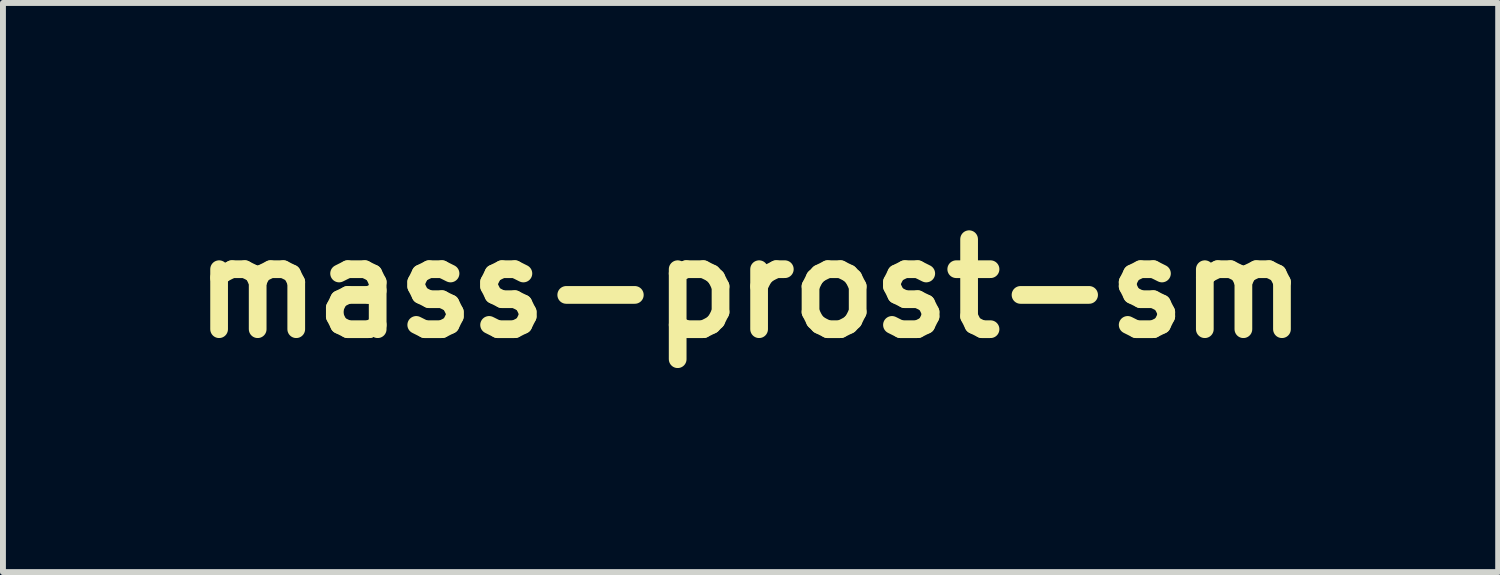
<source format=kicad_pcb>
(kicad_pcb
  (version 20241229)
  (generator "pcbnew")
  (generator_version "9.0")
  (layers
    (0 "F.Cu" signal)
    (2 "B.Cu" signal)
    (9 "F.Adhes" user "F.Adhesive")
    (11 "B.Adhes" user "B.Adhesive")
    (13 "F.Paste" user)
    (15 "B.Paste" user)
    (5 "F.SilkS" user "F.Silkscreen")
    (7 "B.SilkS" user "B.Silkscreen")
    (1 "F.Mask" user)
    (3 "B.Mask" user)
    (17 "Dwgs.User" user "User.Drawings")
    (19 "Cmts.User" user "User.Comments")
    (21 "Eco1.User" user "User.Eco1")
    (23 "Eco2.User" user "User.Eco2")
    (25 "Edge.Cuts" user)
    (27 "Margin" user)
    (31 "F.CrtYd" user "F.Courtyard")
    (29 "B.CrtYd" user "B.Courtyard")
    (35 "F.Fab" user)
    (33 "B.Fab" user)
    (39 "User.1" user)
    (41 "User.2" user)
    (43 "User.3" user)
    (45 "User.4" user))
  (footprint "mass-prost-sm"
    (layer "F.Cu")
    (at 9.659 1.835)
    (property "Reference" "mass-prost-sm" (at 0 0 0) (layer "F.SilkS") (effects (font (size 1.524 1.524) (thickness 0.3))))
    (attr through_hole)
    (fp_poly (pts (xy -1.83 -0.143) (xy -1.841 -0.132) (xy -1.852 -0.143) (xy -1.841 -0.154) (xy -1.83 -0.143)) (stroke (width 0.01) (type solid)) (fill yes) (layer "F.Mask"))
    (fp_poly (pts (xy -1.169 -0.717) (xy -1.18 -0.706) (xy -1.191 -0.717) (xy -1.18 -0.728) (xy -1.169 -0.717)) (stroke (width 0.01) (type solid)) (fill yes) (layer "F.Mask"))
    (fp_poly (pts (xy -1.147 1.532) (xy -1.158 1.543) (xy -1.169 1.532) (xy -1.158 1.521) (xy -1.147 1.532)) (stroke (width 0.01) (type solid)) (fill yes) (layer "F.Mask"))
    (fp_poly (pts (xy -1.124 0.518) (xy -1.136 0.529) (xy -1.147 0.518) (xy -1.136 0.507) (xy -1.124 0.518)) (stroke (width 0.01) (type solid)) (fill yes) (layer "F.Mask"))
    (fp_poly (pts (xy -1.102 0.981) (xy -1.113 0.992) (xy -1.124 0.981) (xy -1.113 0.97) (xy -1.102 0.981)) (stroke (width 0.01) (type solid)) (fill yes) (layer "F.Mask"))
    (fp_poly (pts (xy -1.102 1.51) (xy -1.113 1.521) (xy -1.124 1.51) (xy -1.113 1.499) (xy -1.102 1.51)) (stroke (width 0.01) (type solid)) (fill yes) (layer "F.Mask"))
    (fp_poly (pts (xy -1.08 -0.871) (xy -1.091 -0.86) (xy -1.102 -0.871) (xy -1.091 -0.882) (xy -1.08 -0.871)) (stroke (width 0.01) (type solid)) (fill yes) (layer "F.Mask"))
    (fp_poly (pts (xy -1.08 -0.827) (xy -1.091 -0.816) (xy -1.102 -0.827) (xy -1.091 -0.838) (xy -1.08 -0.827)) (stroke (width 0.01) (type solid)) (fill yes) (layer "F.Mask"))
    (fp_poly (pts (xy -1.08 -0.739) (xy -1.091 -0.728) (xy -1.102 -0.739) (xy -1.091 -0.75) (xy -1.08 -0.739)) (stroke (width 0.01) (type solid)) (fill yes) (layer "F.Mask"))
    (fp_poly (pts (xy -1.08 -0.628) (xy -1.091 -0.617) (xy -1.102 -0.628) (xy -1.091 -0.639) (xy -1.08 -0.628)) (stroke (width 0.01) (type solid)) (fill yes) (layer "F.Mask"))
    (fp_poly (pts (xy -1.08 -0.496) (xy -1.091 -0.485) (xy -1.102 -0.496) (xy -1.091 -0.507) (xy -1.08 -0.496)) (stroke (width 0.01) (type solid)) (fill yes) (layer "F.Mask"))
    (fp_poly (pts (xy -1.08 0.364) (xy -1.091 0.375) (xy -1.102 0.364) (xy -1.091 0.353) (xy -1.08 0.364)) (stroke (width 0.01) (type solid)) (fill yes) (layer "F.Mask"))
    (fp_poly (pts (xy -1.08 0.805) (xy -1.091 0.816) (xy -1.102 0.805) (xy -1.091 0.794) (xy -1.08 0.805)) (stroke (width 0.01) (type solid)) (fill yes) (layer "F.Mask"))
    (fp_poly (pts (xy -1.08 1.158) (xy -1.091 1.169) (xy -1.102 1.158) (xy -1.091 1.147) (xy -1.08 1.158)) (stroke (width 0.01) (type solid)) (fill yes) (layer "F.Mask"))
    (fp_poly (pts (xy -1.058 -0.584) (xy -1.069 -0.573) (xy -1.08 -0.584) (xy -1.069 -0.595) (xy -1.058 -0.584)) (stroke (width 0.01) (type solid)) (fill yes) (layer "F.Mask"))
    (fp_poly (pts (xy -1.058 0.276) (xy -1.069 0.287) (xy -1.08 0.276) (xy -1.069 0.265) (xy -1.058 0.276)) (stroke (width 0.01) (type solid)) (fill yes) (layer "F.Mask"))
    (fp_poly (pts (xy -1.058 1.554) (xy -1.069 1.565) (xy -1.08 1.554) (xy -1.069 1.543) (xy -1.058 1.554)) (stroke (width 0.01) (type solid)) (fill yes) (layer "F.Mask"))
    (fp_poly (pts (xy -1.036 0.342) (xy -1.047 0.353) (xy -1.058 0.342) (xy -1.047 0.331) (xy -1.036 0.342)) (stroke (width 0.01) (type solid)) (fill yes) (layer "F.Mask"))
    (fp_poly (pts (xy -1.036 1.069) (xy -1.047 1.08) (xy -1.058 1.069) (xy -1.047 1.058) (xy -1.036 1.069)) (stroke (width 0.01) (type solid)) (fill yes) (layer "F.Mask"))
    (fp_poly (pts (xy -1.014 -0.915) (xy -1.025 -0.904) (xy -1.036 -0.915) (xy -1.025 -0.926) (xy -1.014 -0.915)) (stroke (width 0.01) (type solid)) (fill yes) (layer "F.Mask"))
    (fp_poly (pts (xy -1.014 -0.805) (xy -1.025 -0.794) (xy -1.036 -0.805) (xy -1.025 -0.816) (xy -1.014 -0.805)) (stroke (width 0.01) (type solid)) (fill yes) (layer "F.Mask"))
    (fp_poly (pts (xy -1.014 0.232) (xy -1.025 0.243) (xy -1.036 0.232) (xy -1.025 0.22) (xy -1.014 0.232)) (stroke (width 0.01) (type solid)) (fill yes) (layer "F.Mask"))
    (fp_poly (pts (xy -0.992 -0.65) (xy -1.003 -0.639) (xy -1.014 -0.65) (xy -1.003 -0.661) (xy -0.992 -0.65)) (stroke (width 0.01) (type solid)) (fill yes) (layer "F.Mask"))
    (fp_poly (pts (xy -0.992 -0.562) (xy -1.003 -0.551) (xy -1.014 -0.562) (xy -1.003 -0.573) (xy -0.992 -0.562)) (stroke (width 0.01) (type solid)) (fill yes) (layer "F.Mask"))
    (fp_poly (pts (xy -0.992 1.003) (xy -1.003 1.014) (xy -1.014 1.003) (xy -1.003 0.992) (xy -0.992 1.003)) (stroke (width 0.01) (type solid)) (fill yes) (layer "F.Mask"))
    (fp_poly (pts (xy -0.97 -0.893) (xy -0.981 -0.882) (xy -0.992 -0.893) (xy -0.981 -0.904) (xy -0.97 -0.893)) (stroke (width 0.01) (type solid)) (fill yes) (layer "F.Mask"))
    (fp_poly (pts (xy -0.97 -0.761) (xy -0.981 -0.75) (xy -0.992 -0.761) (xy -0.981 -0.772) (xy -0.97 -0.761)) (stroke (width 0.01) (type solid)) (fill yes) (layer "F.Mask"))
    (fp_poly (pts (xy -0.97 0.187) (xy -0.981 0.198) (xy -0.992 0.187) (xy -0.981 0.176) (xy -0.97 0.187)) (stroke (width 0.01) (type solid)) (fill yes) (layer "F.Mask"))
    (fp_poly (pts (xy -0.926 -0.849) (xy -0.937 -0.838) (xy -0.948 -0.849) (xy -0.937 -0.86) (xy -0.926 -0.849)) (stroke (width 0.01) (type solid)) (fill yes) (layer "F.Mask"))
    (fp_poly (pts (xy -0.926 0.165) (xy -0.937 0.176) (xy -0.948 0.165) (xy -0.937 0.154) (xy -0.926 0.165)) (stroke (width 0.01) (type solid)) (fill yes) (layer "F.Mask"))
    (fp_poly (pts (xy -0.926 1.091) (xy -0.937 1.102) (xy -0.948 1.091) (xy -0.937 1.08) (xy -0.926 1.091)) (stroke (width 0.01) (type solid)) (fill yes) (layer "F.Mask"))
    (fp_poly (pts (xy -0.904 -0.474) (xy -0.915 -0.463) (xy -0.926 -0.474) (xy -0.915 -0.485) (xy -0.904 -0.474)) (stroke (width 0.01) (type solid)) (fill yes) (layer "F.Mask"))
    (fp_poly (pts (xy -0.882 -0.783) (xy -0.893 -0.772) (xy -0.904 -0.783) (xy -0.893 -0.794) (xy -0.882 -0.783)) (stroke (width 0.01) (type solid)) (fill yes) (layer "F.Mask"))
    (fp_poly (pts (xy -0.882 -0.584) (xy -0.893 -0.573) (xy -0.904 -0.584) (xy -0.893 -0.595) (xy -0.882 -0.584)) (stroke (width 0.01) (type solid)) (fill yes) (layer "F.Mask"))
    (fp_poly (pts (xy -0.882 -0.54) (xy -0.893 -0.529) (xy -0.904 -0.54) (xy -0.893 -0.551) (xy -0.882 -0.54)) (stroke (width 0.01) (type solid)) (fill yes) (layer "F.Mask"))
    (fp_poly (pts (xy -0.882 0.298) (xy -0.893 0.309) (xy -0.904 0.298) (xy -0.893 0.287) (xy -0.882 0.298)) (stroke (width 0.01) (type solid)) (fill yes) (layer "F.Mask"))
    (fp_poly (pts (xy -0.882 1.18) (xy -0.893 1.191) (xy -0.904 1.18) (xy -0.893 1.169) (xy -0.882 1.18)) (stroke (width 0.01) (type solid)) (fill yes) (layer "F.Mask"))
    (fp_poly (pts (xy -0.86 1.069) (xy -0.871 1.08) (xy -0.882 1.069) (xy -0.871 1.058) (xy -0.86 1.069)) (stroke (width 0.01) (type solid)) (fill yes) (layer "F.Mask"))
    (fp_poly (pts (xy -0.838 0.232) (xy -0.849 0.243) (xy -0.86 0.232) (xy -0.849 0.22) (xy -0.838 0.232)) (stroke (width 0.01) (type solid)) (fill yes) (layer "F.Mask"))
    (fp_poly (pts (xy -0.816 0.121) (xy -0.827 0.132) (xy -0.838 0.121) (xy -0.827 0.11) (xy -0.816 0.121)) (stroke (width 0.01) (type solid)) (fill yes) (layer "F.Mask"))
    (fp_poly (pts (xy -0.794 -0.959) (xy -0.805 -0.948) (xy -0.816 -0.959) (xy -0.805 -0.97) (xy -0.794 -0.959)) (stroke (width 0.01) (type solid)) (fill yes) (layer "F.Mask"))
    (fp_poly (pts (xy -0.794 -0.893) (xy -0.805 -0.882) (xy -0.816 -0.893) (xy -0.805 -0.904) (xy -0.794 -0.893)) (stroke (width 0.01) (type solid)) (fill yes) (layer "F.Mask"))
    (fp_poly (pts (xy -0.794 -0.54) (xy -0.805 -0.529) (xy -0.816 -0.54) (xy -0.805 -0.551) (xy -0.794 -0.54)) (stroke (width 0.01) (type solid)) (fill yes) (layer "F.Mask"))
    (fp_poly (pts (xy -0.772 -0.584) (xy -0.783 -0.573) (xy -0.794 -0.584) (xy -0.783 -0.595) (xy -0.772 -0.584)) (stroke (width 0.01) (type solid)) (fill yes) (layer "F.Mask"))
    (fp_poly (pts (xy -0.772 0.254) (xy -0.783 0.265) (xy -0.794 0.254) (xy -0.783 0.243) (xy -0.772 0.254)) (stroke (width 0.01) (type solid)) (fill yes) (layer "F.Mask"))
    (fp_poly (pts (xy -0.75 -1.025) (xy -0.761 -1.014) (xy -0.772 -1.025) (xy -0.761 -1.036) (xy -0.75 -1.025)) (stroke (width 0.01) (type solid)) (fill yes) (layer "F.Mask"))
    (fp_poly (pts (xy -0.75 -0.518) (xy -0.761 -0.507) (xy -0.772 -0.518) (xy -0.761 -0.529) (xy -0.75 -0.518)) (stroke (width 0.01) (type solid)) (fill yes) (layer "F.Mask"))
    (fp_poly (pts (xy -0.706 -0.871) (xy -0.717 -0.86) (xy -0.728 -0.871) (xy -0.717 -0.882) (xy -0.706 -0.871)) (stroke (width 0.01) (type solid)) (fill yes) (layer "F.Mask"))
    (fp_poly (pts (xy -0.661 -1.003) (xy -0.672 -0.992) (xy -0.684 -1.003) (xy -0.672 -1.014) (xy -0.661 -1.003)) (stroke (width 0.01) (type solid)) (fill yes) (layer "F.Mask"))
    (fp_poly (pts (xy -0.661 -0.915) (xy -0.672 -0.904) (xy -0.684 -0.915) (xy -0.672 -0.926) (xy -0.661 -0.915)) (stroke (width 0.01) (type solid)) (fill yes) (layer "F.Mask"))
    (fp_poly (pts (xy -0.661 -0.783) (xy -0.672 -0.772) (xy -0.684 -0.783) (xy -0.672 -0.794) (xy -0.661 -0.783)) (stroke (width 0.01) (type solid)) (fill yes) (layer "F.Mask"))
    (fp_poly (pts (xy -0.661 -0.606) (xy -0.672 -0.595) (xy -0.684 -0.606) (xy -0.672 -0.617) (xy -0.661 -0.606)) (stroke (width 0.01) (type solid)) (fill yes) (layer "F.Mask"))
    (fp_poly (pts (xy -0.661 0.121) (xy -0.672 0.132) (xy -0.684 0.121) (xy -0.672 0.11) (xy -0.661 0.121)) (stroke (width 0.01) (type solid)) (fill yes) (layer "F.Mask"))
    (fp_poly (pts (xy -0.661 0.209) (xy -0.672 0.22) (xy -0.684 0.209) (xy -0.672 0.198) (xy -0.661 0.209)) (stroke (width 0.01) (type solid)) (fill yes) (layer "F.Mask"))
    (fp_poly (pts (xy -0.639 -1.047) (xy -0.65 -1.036) (xy -0.661 -1.047) (xy -0.65 -1.058) (xy -0.639 -1.047)) (stroke (width 0.01) (type solid)) (fill yes) (layer "F.Mask"))
    (fp_poly (pts (xy -0.639 -0.827) (xy -0.65 -0.816) (xy -0.661 -0.827) (xy -0.65 -0.838) (xy -0.639 -0.827)) (stroke (width 0.01) (type solid)) (fill yes) (layer "F.Mask"))
    (fp_poly (pts (xy -0.639 0.54) (xy -0.65 0.551) (xy -0.661 0.54) (xy -0.65 0.529) (xy -0.639 0.54)) (stroke (width 0.01) (type solid)) (fill yes) (layer "F.Mask"))
    (fp_poly (pts (xy -0.639 0.65) (xy -0.65 0.661) (xy -0.661 0.65) (xy -0.65 0.639) (xy -0.639 0.65)) (stroke (width 0.01) (type solid)) (fill yes) (layer "F.Mask"))
    (fp_poly (pts (xy -0.639 0.827) (xy -0.65 0.838) (xy -0.661 0.827) (xy -0.65 0.816) (xy -0.639 0.827)) (stroke (width 0.01) (type solid)) (fill yes) (layer "F.Mask"))
    (fp_poly (pts (xy -0.617 0.474) (xy -0.628 0.485) (xy -0.639 0.474) (xy -0.628 0.463) (xy -0.617 0.474)) (stroke (width 0.01) (type solid)) (fill yes) (layer "F.Mask"))
    (fp_poly (pts (xy -0.595 -1.025) (xy -0.606 -1.014) (xy -0.617 -1.025) (xy -0.606 -1.036) (xy -0.595 -1.025)) (stroke (width 0.01) (type solid)) (fill yes) (layer "F.Mask"))
    (fp_poly (pts (xy -0.595 -0.254) (xy -0.606 -0.243) (xy -0.617 -0.254) (xy -0.606 -0.265) (xy -0.595 -0.254)) (stroke (width 0.01) (type solid)) (fill yes) (layer "F.Mask"))
    (fp_poly (pts (xy -0.595 0.54) (xy -0.606 0.551) (xy -0.617 0.54) (xy -0.606 0.529) (xy -0.595 0.54)) (stroke (width 0.01) (type solid)) (fill yes) (layer "F.Mask"))
    (fp_poly (pts (xy -0.573 -0.474) (xy -0.584 -0.463) (xy -0.595 -0.474) (xy -0.584 -0.485) (xy -0.573 -0.474)) (stroke (width 0.01) (type solid)) (fill yes) (layer "F.Mask"))
    (fp_poly (pts (xy -0.573 0.496) (xy -0.584 0.507) (xy -0.595 0.496) (xy -0.584 0.485) (xy -0.573 0.496)) (stroke (width 0.01) (type solid)) (fill yes) (layer "F.Mask"))
    (fp_poly (pts (xy -0.551 -1.047) (xy -0.562 -1.036) (xy -0.573 -1.047) (xy -0.562 -1.058) (xy -0.551 -1.047)) (stroke (width 0.01) (type solid)) (fill yes) (layer "F.Mask"))
    (fp_poly (pts (xy -0.551 -0.959) (xy -0.562 -0.948) (xy -0.573 -0.959) (xy -0.562 -0.97) (xy -0.551 -0.959)) (stroke (width 0.01) (type solid)) (fill yes) (layer "F.Mask"))
    (fp_poly (pts (xy -0.551 0.695) (xy -0.562 0.706) (xy -0.573 0.695) (xy -0.562 0.684) (xy -0.551 0.695)) (stroke (width 0.01) (type solid)) (fill yes) (layer "F.Mask"))
    (fp_poly (pts (xy -0.529 -0.43) (xy -0.54 -0.419) (xy -0.551 -0.43) (xy -0.54 -0.441) (xy -0.529 -0.43)) (stroke (width 0.01) (type solid)) (fill yes) (layer "F.Mask"))
    (fp_poly (pts (xy -0.529 0.452) (xy -0.54 0.463) (xy -0.551 0.452) (xy -0.54 0.441) (xy -0.529 0.452)) (stroke (width 0.01) (type solid)) (fill yes) (layer "F.Mask"))
    (fp_poly (pts (xy -0.485 -0.474) (xy -0.496 -0.463) (xy -0.507 -0.474) (xy -0.496 -0.485) (xy -0.485 -0.474)) (stroke (width 0.01) (type solid)) (fill yes) (layer "F.Mask"))
    (fp_poly (pts (xy -0.485 0.65) (xy -0.496 0.661) (xy -0.507 0.65) (xy -0.496 0.639) (xy -0.485 0.65)) (stroke (width 0.01) (type solid)) (fill yes) (layer "F.Mask"))
    (fp_poly (pts (xy -0.485 0.871) (xy -0.496 0.882) (xy -0.507 0.871) (xy -0.496 0.86) (xy -0.485 0.871)) (stroke (width 0.01) (type solid)) (fill yes) (layer "F.Mask"))
    (fp_poly (pts (xy -0.463 0.474) (xy -0.474 0.485) (xy -0.485 0.474) (xy -0.474 0.463) (xy -0.463 0.474)) (stroke (width 0.01) (type solid)) (fill yes) (layer "F.Mask"))
    (fp_poly (pts (xy -0.463 0.761) (xy -0.474 0.772) (xy -0.485 0.761) (xy -0.474 0.75) (xy -0.463 0.761)) (stroke (width 0.01) (type solid)) (fill yes) (layer "F.Mask"))
    (fp_poly (pts (xy -0.441 -1.025) (xy -0.452 -1.014) (xy -0.463 -1.025) (xy -0.452 -1.036) (xy -0.441 -1.025)) (stroke (width 0.01) (type solid)) (fill yes) (layer "F.Mask"))
    (fp_poly (pts (xy -0.441 -0.43) (xy -0.452 -0.419) (xy -0.463 -0.43) (xy -0.452 -0.441) (xy -0.441 -0.43)) (stroke (width 0.01) (type solid)) (fill yes) (layer "F.Mask"))
    (fp_poly (pts (xy -0.441 0.43) (xy -0.452 0.441) (xy -0.463 0.43) (xy -0.452 0.419) (xy -0.441 0.43)) (stroke (width 0.01) (type solid)) (fill yes) (layer "F.Mask"))
    (fp_poly (pts (xy -0.419 -0.937) (xy -0.43 -0.926) (xy -0.441 -0.937) (xy -0.43 -0.948) (xy -0.419 -0.937)) (stroke (width 0.01) (type solid)) (fill yes) (layer "F.Mask"))
    (fp_poly (pts (xy -0.397 0.562) (xy -0.408 0.573) (xy -0.419 0.562) (xy -0.408 0.551) (xy -0.397 0.562)) (stroke (width 0.01) (type solid)) (fill yes) (layer "F.Mask"))
    (fp_poly (pts (xy -0.397 0.739) (xy -0.408 0.75) (xy -0.419 0.739) (xy -0.408 0.728) (xy -0.397 0.739)) (stroke (width 0.01) (type solid)) (fill yes) (layer "F.Mask"))
    (fp_poly (pts (xy -0.375 0.364) (xy -0.386 0.375) (xy -0.397 0.364) (xy -0.386 0.353) (xy -0.375 0.364)) (stroke (width 0.01) (type solid)) (fill yes) (layer "F.Mask"))
    (fp_poly (pts (xy -0.375 0.518) (xy -0.386 0.529) (xy -0.397 0.518) (xy -0.386 0.507) (xy -0.375 0.518)) (stroke (width 0.01) (type solid)) (fill yes) (layer "F.Mask"))
    (fp_poly (pts (xy -0.375 0.672) (xy -0.386 0.684) (xy -0.397 0.672) (xy -0.386 0.661) (xy -0.375 0.672)) (stroke (width 0.01) (type solid)) (fill yes) (layer "F.Mask"))
    (fp_poly (pts (xy -0.353 -0.981) (xy -0.364 -0.97) (xy -0.375 -0.981) (xy -0.364 -0.992) (xy -0.353 -0.981)) (stroke (width 0.01) (type solid)) (fill yes) (layer "F.Mask"))
    (fp_poly (pts (xy -0.331 -0.342) (xy -0.342 -0.331) (xy -0.353 -0.342) (xy -0.342 -0.353) (xy -0.331 -0.342)) (stroke (width 0.01) (type solid)) (fill yes) (layer "F.Mask"))
    (fp_poly (pts (xy -0.331 1.334) (xy -0.342 1.345) (xy -0.353 1.334) (xy -0.342 1.323) (xy -0.331 1.334)) (stroke (width 0.01) (type solid)) (fill yes) (layer "F.Mask"))
    (fp_poly (pts (xy -0.287 0.871) (xy -0.298 0.882) (xy -0.309 0.871) (xy -0.298 0.86) (xy -0.287 0.871)) (stroke (width 0.01) (type solid)) (fill yes) (layer "F.Mask"))
    (fp_poly (pts (xy -0.265 -1.003) (xy -0.276 -0.992) (xy -0.287 -1.003) (xy -0.276 -1.014) (xy -0.265 -1.003)) (stroke (width 0.01) (type solid)) (fill yes) (layer "F.Mask"))
    (fp_poly (pts (xy -0.265 -0.893) (xy -0.276 -0.882) (xy -0.287 -0.893) (xy -0.276 -0.904) (xy -0.265 -0.893)) (stroke (width 0.01) (type solid)) (fill yes) (layer "F.Mask"))
    (fp_poly (pts (xy -0.265 1.334) (xy -0.276 1.345) (xy -0.287 1.334) (xy -0.276 1.323) (xy -0.265 1.334)) (stroke (width 0.01) (type solid)) (fill yes) (layer "F.Mask"))
    (fp_poly (pts (xy -0.198 -0.937) (xy -0.209 -0.926) (xy -0.22 -0.937) (xy -0.209 -0.948) (xy -0.198 -0.937)) (stroke (width 0.01) (type solid)) (fill yes) (layer "F.Mask"))
    (fp_poly (pts (xy -0.198 -0.386) (xy -0.209 -0.375) (xy -0.22 -0.386) (xy -0.209 -0.397) (xy -0.198 -0.386)) (stroke (width 0.01) (type solid)) (fill yes) (layer "F.Mask"))
    (fp_poly (pts (xy -0.176 -1.422) (xy -0.187 -1.411) (xy -0.198 -1.422) (xy -0.187 -1.433) (xy -0.176 -1.422)) (stroke (width 0.01) (type solid)) (fill yes) (layer "F.Mask"))
    (fp_poly (pts (xy -0.176 -0.276) (xy -0.187 -0.265) (xy -0.198 -0.276) (xy -0.187 -0.287) (xy -0.176 -0.276)) (stroke (width 0.01) (type solid)) (fill yes) (layer "F.Mask"))
    (fp_poly (pts (xy -0.154 -1.334) (xy -0.165 -1.323) (xy -0.176 -1.334) (xy -0.165 -1.345) (xy -0.154 -1.334)) (stroke (width 0.01) (type solid)) (fill yes) (layer "F.Mask"))
    (fp_poly (pts (xy -0.154 -0.937) (xy -0.165 -0.926) (xy -0.176 -0.937) (xy -0.165 -0.948) (xy -0.154 -0.937)) (stroke (width 0.01) (type solid)) (fill yes) (layer "F.Mask"))
    (fp_poly (pts (xy -0.154 -0.342) (xy -0.165 -0.331) (xy -0.176 -0.342) (xy -0.165 -0.353) (xy -0.154 -0.342)) (stroke (width 0.01) (type solid)) (fill yes) (layer "F.Mask"))
    (fp_poly (pts (xy -0.088 -0.915) (xy -0.099 -0.904) (xy -0.11 -0.915) (xy -0.099 -0.926) (xy -0.088 -0.915)) (stroke (width 0.01) (type solid)) (fill yes) (layer "F.Mask"))
    (fp_poly (pts (xy -0.088 -0.43) (xy -0.099 -0.419) (xy -0.11 -0.43) (xy -0.099 -0.441) (xy -0.088 -0.43)) (stroke (width 0.01) (type solid)) (fill yes) (layer "F.Mask"))
    (fp_poly (pts (xy -0.088 0.584) (xy -0.099 0.595) (xy -0.11 0.584) (xy -0.099 0.573) (xy -0.088 0.584)) (stroke (width 0.01) (type solid)) (fill yes) (layer "F.Mask"))
    (fp_poly (pts (xy -0.066 -1.621) (xy -0.077 -1.61) (xy -0.088 -1.621) (xy -0.077 -1.632) (xy -0.066 -1.621)) (stroke (width 0.01) (type solid)) (fill yes) (layer "F.Mask"))
    (fp_poly (pts (xy -0.022 -0.298) (xy -0.033 -0.287) (xy -0.044 -0.298) (xy -0.033 -0.309) (xy -0.022 -0.298)) (stroke (width 0.01) (type solid)) (fill yes) (layer "F.Mask"))
    (fp_poly (pts (xy 0.022 -0.364) (xy 0.011 -0.353) (xy 0 -0.364) (xy 0.011 -0.375) (xy 0.022 -0.364)) (stroke (width 0.01) (type solid)) (fill yes) (layer "F.Mask"))
    (fp_poly (pts (xy 0.044 -1.599) (xy 0.033 -1.587) (xy 0.022 -1.599) (xy 0.033 -1.61) (xy 0.044 -1.599)) (stroke (width 0.01) (type solid)) (fill yes) (layer "F.Mask"))
    (fp_poly (pts (xy 0.044 -1.488) (xy 0.033 -1.477) (xy 0.022 -1.488) (xy 0.033 -1.499) (xy 0.044 -1.488)) (stroke (width 0.01) (type solid)) (fill yes) (layer "F.Mask"))
    (fp_poly (pts (xy 0.066 -1.731) (xy 0.055 -1.72) (xy 0.044 -1.731) (xy 0.055 -1.742) (xy 0.066 -1.731)) (stroke (width 0.01) (type solid)) (fill yes) (layer "F.Mask"))
    (fp_poly (pts (xy 0.088 -1.687) (xy 0.077 -1.676) (xy 0.066 -1.687) (xy 0.077 -1.698) (xy 0.088 -1.687)) (stroke (width 0.01) (type solid)) (fill yes) (layer "F.Mask"))
    (fp_poly (pts (xy 0.088 -0.32) (xy 0.077 -0.309) (xy 0.066 -0.32) (xy 0.077 -0.331) (xy 0.088 -0.32)) (stroke (width 0.01) (type solid)) (fill yes) (layer "F.Mask"))
    (fp_poly (pts (xy 0.11 -1.753) (xy 0.099 -1.742) (xy 0.088 -1.753) (xy 0.099 -1.764) (xy 0.11 -1.753)) (stroke (width 0.01) (type solid)) (fill yes) (layer "F.Mask"))
    (fp_poly (pts (xy 0.11 -1.532) (xy 0.099 -1.521) (xy 0.088 -1.532) (xy 0.099 -1.543) (xy 0.11 -1.532)) (stroke (width 0.01) (type solid)) (fill yes) (layer "F.Mask"))
    (fp_poly (pts (xy 0.11 -1.422) (xy 0.099 -1.411) (xy 0.088 -1.422) (xy 0.099 -1.433) (xy 0.11 -1.422)) (stroke (width 0.01) (type solid)) (fill yes) (layer "F.Mask"))
    (fp_poly (pts (xy 0.11 -0.364) (xy 0.099 -0.353) (xy 0.088 -0.364) (xy 0.099 -0.375) (xy 0.11 -0.364)) (stroke (width 0.01) (type solid)) (fill yes) (layer "F.Mask"))
    (fp_poly (pts (xy 0.132 -1.643) (xy 0.121 -1.632) (xy 0.11 -1.643) (xy 0.121 -1.654) (xy 0.132 -1.643)) (stroke (width 0.01) (type solid)) (fill yes) (layer "F.Mask"))
    (fp_poly (pts (xy 0.132 -0.849) (xy 0.121 -0.838) (xy 0.11 -0.849) (xy 0.121 -0.86) (xy 0.132 -0.849)) (stroke (width 0.01) (type solid)) (fill yes) (layer "F.Mask"))
    (fp_poly (pts (xy 0.132 -0.783) (xy 0.121 -0.772) (xy 0.11 -0.783) (xy 0.121 -0.794) (xy 0.132 -0.783)) (stroke (width 0.01) (type solid)) (fill yes) (layer "F.Mask"))
    (fp_poly (pts (xy 0.154 -1.466) (xy 0.143 -1.455) (xy 0.132 -1.466) (xy 0.143 -1.477) (xy 0.154 -1.466)) (stroke (width 0.01) (type solid)) (fill yes) (layer "F.Mask"))
    (fp_poly (pts (xy 0.154 -1.356) (xy 0.143 -1.345) (xy 0.132 -1.356) (xy 0.143 -1.367) (xy 0.154 -1.356)) (stroke (width 0.01) (type solid)) (fill yes) (layer "F.Mask"))
    (fp_poly (pts (xy 0.176 -1.687) (xy 0.165 -1.676) (xy 0.154 -1.687) (xy 0.165 -1.698) (xy 0.176 -1.687)) (stroke (width 0.01) (type solid)) (fill yes) (layer "F.Mask"))
    (fp_poly (pts (xy 0.176 -1.576) (xy 0.165 -1.565) (xy 0.154 -1.576) (xy 0.165 -1.587) (xy 0.176 -1.576)) (stroke (width 0.01) (type solid)) (fill yes) (layer "F.Mask"))
    (fp_poly (pts (xy 0.176 -1.4) (xy 0.165 -1.389) (xy 0.154 -1.4) (xy 0.165 -1.411) (xy 0.176 -1.4)) (stroke (width 0.01) (type solid)) (fill yes) (layer "F.Mask"))
    (fp_poly (pts (xy 0.176 -0.871) (xy 0.165 -0.86) (xy 0.154 -0.871) (xy 0.165 -0.882) (xy 0.176 -0.871)) (stroke (width 0.01) (type solid)) (fill yes) (layer "F.Mask"))
    (fp_poly (pts (xy 0.198 -1.532) (xy 0.187 -1.521) (xy 0.176 -1.532) (xy 0.187 -1.543) (xy 0.198 -1.532)) (stroke (width 0.01) (type solid)) (fill yes) (layer "F.Mask"))
    (fp_poly (pts (xy 0.22 -1.709) (xy 0.209 -1.698) (xy 0.198 -1.709) (xy 0.209 -1.72) (xy 0.22 -1.709)) (stroke (width 0.01) (type solid)) (fill yes) (layer "F.Mask"))
    (fp_poly (pts (xy 0.22 -1.665) (xy 0.209 -1.654) (xy 0.198 -1.665) (xy 0.209 -1.676) (xy 0.22 -1.665)) (stroke (width 0.01) (type solid)) (fill yes) (layer "F.Mask"))
    (fp_poly (pts (xy 0.22 -1.422) (xy 0.209 -1.411) (xy 0.198 -1.422) (xy 0.209 -1.433) (xy 0.22 -1.422)) (stroke (width 0.01) (type solid)) (fill yes) (layer "F.Mask"))
    (fp_poly (pts (xy 0.22 -1.356) (xy 0.209 -1.345) (xy 0.198 -1.356) (xy 0.209 -1.367) (xy 0.22 -1.356)) (stroke (width 0.01) (type solid)) (fill yes) (layer "F.Mask"))
    (fp_poly (pts (xy 0.22 -0.408) (xy 0.209 -0.397) (xy 0.198 -0.408) (xy 0.209 -0.419) (xy 0.22 -0.408)) (stroke (width 0.01) (type solid)) (fill yes) (layer "F.Mask"))
    (fp_poly (pts (xy 0.243 -0.761) (xy 0.232 -0.75) (xy 0.22 -0.761) (xy 0.232 -0.772) (xy 0.243 -0.761)) (stroke (width 0.01) (type solid)) (fill yes) (layer "F.Mask"))
    (fp_poly (pts (xy 0.243 0.209) (xy 0.232 0.22) (xy 0.22 0.209) (xy 0.232 0.198) (xy 0.243 0.209)) (stroke (width 0.01) (type solid)) (fill yes) (layer "F.Mask"))
    (fp_poly (pts (xy 0.265 -1.753) (xy 0.254 -1.742) (xy 0.243 -1.753) (xy 0.254 -1.764) (xy 0.265 -1.753)) (stroke (width 0.01) (type solid)) (fill yes) (layer "F.Mask"))
    (fp_poly (pts (xy 0.265 -1.4) (xy 0.254 -1.389) (xy 0.243 -1.4) (xy 0.254 -1.411) (xy 0.265 -1.4)) (stroke (width 0.01) (type solid)) (fill yes) (layer "F.Mask"))
    (fp_poly (pts (xy 0.265 -0.496) (xy 0.254 -0.485) (xy 0.243 -0.496) (xy 0.254 -0.507) (xy 0.265 -0.496)) (stroke (width 0.01) (type solid)) (fill yes) (layer "F.Mask"))
    (fp_poly (pts (xy 0.265 0.672) (xy 0.254 0.684) (xy 0.243 0.672) (xy 0.254 0.661) (xy 0.265 0.672)) (stroke (width 0.01) (type solid)) (fill yes) (layer "F.Mask"))
    (fp_poly (pts (xy 0.287 -1.356) (xy 0.276 -1.345) (xy 0.265 -1.356) (xy 0.276 -1.367) (xy 0.287 -1.356)) (stroke (width 0.01) (type solid)) (fill yes) (layer "F.Mask"))
    (fp_poly (pts (xy 0.309 -0.474) (xy 0.298 -0.463) (xy 0.287 -0.474) (xy 0.298 -0.485) (xy 0.309 -0.474)) (stroke (width 0.01) (type solid)) (fill yes) (layer "F.Mask"))
    (fp_poly (pts (xy 0.331 -0.65) (xy 0.32 -0.639) (xy 0.309 -0.65) (xy 0.32 -0.661) (xy 0.331 -0.65)) (stroke (width 0.01) (type solid)) (fill yes) (layer "F.Mask"))
    (fp_poly (pts (xy 0.331 -0.606) (xy 0.32 -0.595) (xy 0.309 -0.606) (xy 0.32 -0.617) (xy 0.331 -0.606)) (stroke (width 0.01) (type solid)) (fill yes) (layer "F.Mask"))
    (fp_poly (pts (xy 0.331 -0.518) (xy 0.32 -0.507) (xy 0.309 -0.518) (xy 0.32 -0.529) (xy 0.331 -0.518)) (stroke (width 0.01) (type solid)) (fill yes) (layer "F.Mask"))
    (fp_poly (pts (xy 0.353 -1.643) (xy 0.342 -1.632) (xy 0.331 -1.643) (xy 0.342 -1.654) (xy 0.353 -1.643)) (stroke (width 0.01) (type solid)) (fill yes) (layer "F.Mask"))
    (fp_poly (pts (xy 0.353 -0.43) (xy 0.342 -0.419) (xy 0.331 -0.43) (xy 0.342 -0.441) (xy 0.353 -0.43)) (stroke (width 0.01) (type solid)) (fill yes) (layer "F.Mask"))
    (fp_poly (pts (xy 0.375 0.077) (xy 0.364 0.088) (xy 0.353 0.077) (xy 0.364 0.066) (xy 0.375 0.077)) (stroke (width 0.01) (type solid)) (fill yes) (layer "F.Mask"))
    (fp_poly (pts (xy 0.375 1.025) (xy 0.364 1.036) (xy 0.353 1.025) (xy 0.364 1.014) (xy 0.375 1.025)) (stroke (width 0.01) (type solid)) (fill yes) (layer "F.Mask"))
    (fp_poly (pts (xy 0.397 -1.819) (xy 0.386 -1.808) (xy 0.375 -1.819) (xy 0.386 -1.83) (xy 0.397 -1.819)) (stroke (width 0.01) (type solid)) (fill yes) (layer "F.Mask"))
    (fp_poly (pts (xy 0.397 -1.422) (xy 0.386 -1.411) (xy 0.375 -1.422) (xy 0.386 -1.433) (xy 0.397 -1.422)) (stroke (width 0.01) (type solid)) (fill yes) (layer "F.Mask"))
    (fp_poly (pts (xy 0.397 -1.378) (xy 0.386 -1.367) (xy 0.375 -1.378) (xy 0.386 -1.389) (xy 0.397 -1.378)) (stroke (width 0.01) (type solid)) (fill yes) (layer "F.Mask"))
    (fp_poly (pts (xy 0.397 -0.165) (xy 0.386 -0.154) (xy 0.375 -0.165) (xy 0.386 -0.176) (xy 0.397 -0.165)) (stroke (width 0.01) (type solid)) (fill yes) (layer "F.Mask"))
    (fp_poly (pts (xy 0.419 -0.011) (xy 0.408 0) (xy 0.397 -0.011) (xy 0.408 -0.022) (xy 0.419 -0.011)) (stroke (width 0.01) (type solid)) (fill yes) (layer "F.Mask"))
    (fp_poly (pts (xy 0.441 -1.687) (xy 0.43 -1.676) (xy 0.419 -1.687) (xy 0.43 -1.698) (xy 0.441 -1.687)) (stroke (width 0.01) (type solid)) (fill yes) (layer "F.Mask"))
    (fp_poly (pts (xy 0.441 -1.532) (xy 0.43 -1.521) (xy 0.419 -1.532) (xy 0.43 -1.543) (xy 0.441 -1.532)) (stroke (width 0.01) (type solid)) (fill yes) (layer "F.Mask"))
    (fp_poly (pts (xy 0.441 -1.268) (xy 0.43 -1.257) (xy 0.419 -1.268) (xy 0.43 -1.279) (xy 0.441 -1.268)) (stroke (width 0.01) (type solid)) (fill yes) (layer "F.Mask"))
    (fp_poly (pts (xy 0.463 -1.731) (xy 0.452 -1.72) (xy 0.441 -1.731) (xy 0.452 -1.742) (xy 0.463 -1.731)) (stroke (width 0.01) (type solid)) (fill yes) (layer "F.Mask"))
    (fp_poly (pts (xy 0.463 -0.187) (xy 0.452 -0.176) (xy 0.441 -0.187) (xy 0.452 -0.198) (xy 0.463 -0.187)) (stroke (width 0.01) (type solid)) (fill yes) (layer "F.Mask"))
    (fp_poly (pts (xy 0.485 -0.121) (xy 0.474 -0.11) (xy 0.463 -0.121) (xy 0.474 -0.132) (xy 0.485 -0.121)) (stroke (width 0.01) (type solid)) (fill yes) (layer "F.Mask"))
    (fp_poly (pts (xy 0.485 0.077) (xy 0.474 0.088) (xy 0.463 0.077) (xy 0.474 0.066) (xy 0.485 0.077)) (stroke (width 0.01) (type solid)) (fill yes) (layer "F.Mask"))
    (fp_poly (pts (xy 0.507 0.165) (xy 0.496 0.176) (xy 0.485 0.165) (xy 0.496 0.154) (xy 0.507 0.165)) (stroke (width 0.01) (type solid)) (fill yes) (layer "F.Mask"))
    (fp_poly (pts (xy 0.529 -1.731) (xy 0.518 -1.72) (xy 0.507 -1.731) (xy 0.518 -1.742) (xy 0.529 -1.731)) (stroke (width 0.01) (type solid)) (fill yes) (layer "F.Mask"))
    (fp_poly (pts (xy 0.529 -1.334) (xy 0.518 -1.323) (xy 0.507 -1.334) (xy 0.518 -1.345) (xy 0.529 -1.334)) (stroke (width 0.01) (type solid)) (fill yes) (layer "F.Mask"))
    (fp_poly (pts (xy 0.529 -1.091) (xy 0.518 -1.08) (xy 0.507 -1.091) (xy 0.518 -1.102) (xy 0.529 -1.091)) (stroke (width 0.01) (type solid)) (fill yes) (layer "F.Mask"))
    (fp_poly (pts (xy 0.529 -0.121) (xy 0.518 -0.11) (xy 0.507 -0.121) (xy 0.518 -0.132) (xy 0.529 -0.121)) (stroke (width 0.01) (type solid)) (fill yes) (layer "F.Mask"))
    (fp_poly (pts (xy 0.529 0.077) (xy 0.518 0.088) (xy 0.507 0.077) (xy 0.518 0.066) (xy 0.529 0.077)) (stroke (width 0.01) (type solid)) (fill yes) (layer "F.Mask"))
    (fp_poly (pts (xy 0.551 -1.29) (xy 0.54 -1.279) (xy 0.529 -1.29) (xy 0.54 -1.301) (xy 0.551 -1.29)) (stroke (width 0.01) (type solid)) (fill yes) (layer "F.Mask"))
    (fp_poly (pts (xy 0.551 -0.209) (xy 0.54 -0.198) (xy 0.529 -0.209) (xy 0.54 -0.22) (xy 0.551 -0.209)) (stroke (width 0.01) (type solid)) (fill yes) (layer "F.Mask"))
    (fp_poly (pts (xy 0.573 -1.246) (xy 0.562 -1.235) (xy 0.551 -1.246) (xy 0.562 -1.257) (xy 0.573 -1.246)) (stroke (width 0.01) (type solid)) (fill yes) (layer "F.Mask"))
    (fp_poly (pts (xy 0.573 0.187) (xy 0.562 0.198) (xy 0.551 0.187) (xy 0.562 0.176) (xy 0.573 0.187)) (stroke (width 0.01) (type solid)) (fill yes) (layer "F.Mask"))
    (fp_poly (pts (xy 0.595 -0.143) (xy 0.584 -0.132) (xy 0.573 -0.143) (xy 0.584 -0.154) (xy 0.595 -0.143)) (stroke (width 0.01) (type solid)) (fill yes) (layer "F.Mask"))
    (fp_poly (pts (xy 0.617 -1.224) (xy 0.606 -1.213) (xy 0.595 -1.224) (xy 0.606 -1.235) (xy 0.617 -1.224)) (stroke (width 0.01) (type solid)) (fill yes) (layer "F.Mask"))
    (fp_poly (pts (xy 0.617 -0.033) (xy 0.606 -0.022) (xy 0.595 -0.033) (xy 0.606 -0.044) (xy 0.617 -0.033)) (stroke (width 0.01) (type solid)) (fill yes) (layer "F.Mask"))
    (fp_poly (pts (xy 0.617 0.099) (xy 0.606 0.11) (xy 0.595 0.099) (xy 0.606 0.088) (xy 0.617 0.099)) (stroke (width 0.01) (type solid)) (fill yes) (layer "F.Mask"))
    (fp_poly (pts (xy 0.639 -1.797) (xy 0.628 -1.786) (xy 0.617 -1.797) (xy 0.628 -1.808) (xy 0.639 -1.797)) (stroke (width 0.01) (type solid)) (fill yes) (layer "F.Mask"))
    (fp_poly (pts (xy 0.661 -0.54) (xy 0.65 -0.529) (xy 0.639 -0.54) (xy 0.65 -0.551) (xy 0.661 -0.54)) (stroke (width 0.01) (type solid)) (fill yes) (layer "F.Mask"))
    (fp_poly (pts (xy 0.661 -0.474) (xy 0.65 -0.463) (xy 0.639 -0.474) (xy 0.65 -0.485) (xy 0.661 -0.474)) (stroke (width 0.01) (type solid)) (fill yes) (layer "F.Mask"))
    (fp_poly (pts (xy 0.661 0.099) (xy 0.65 0.11) (xy 0.639 0.099) (xy 0.65 0.088) (xy 0.661 0.099)) (stroke (width 0.01) (type solid)) (fill yes) (layer "F.Mask"))
    (fp_poly (pts (xy 0.684 -1.797) (xy 0.672 -1.786) (xy 0.661 -1.797) (xy 0.672 -1.808) (xy 0.684 -1.797)) (stroke (width 0.01) (type solid)) (fill yes) (layer "F.Mask"))
    (fp_poly (pts (xy 0.684 -0.606) (xy 0.672 -0.595) (xy 0.661 -0.606) (xy 0.672 -0.617) (xy 0.684 -0.606)) (stroke (width 0.01) (type solid)) (fill yes) (layer "F.Mask"))
    (fp_poly (pts (xy 0.706 -1.753) (xy 0.695 -1.742) (xy 0.684 -1.753) (xy 0.695 -1.764) (xy 0.706 -1.753)) (stroke (width 0.01) (type solid)) (fill yes) (layer "F.Mask"))
    (fp_poly (pts (xy 0.706 -1.709) (xy 0.695 -1.698) (xy 0.684 -1.709) (xy 0.695 -1.72) (xy 0.706 -1.709)) (stroke (width 0.01) (type solid)) (fill yes) (layer "F.Mask"))
    (fp_poly (pts (xy 0.706 -1.599) (xy 0.695 -1.587) (xy 0.684 -1.599) (xy 0.695 -1.61) (xy 0.706 -1.599)) (stroke (width 0.01) (type solid)) (fill yes) (layer "F.Mask"))
    (fp_poly (pts (xy 0.728 -1.797) (xy 0.717 -1.786) (xy 0.706 -1.797) (xy 0.717 -1.808) (xy 0.728 -1.797)) (stroke (width 0.01) (type solid)) (fill yes) (layer "F.Mask"))
    (fp_poly (pts (xy 0.728 -0.54) (xy 0.717 -0.529) (xy 0.706 -0.54) (xy 0.717 -0.551) (xy 0.728 -0.54)) (stroke (width 0.01) (type solid)) (fill yes) (layer "F.Mask"))
    (fp_poly (pts (xy 0.728 -0.43) (xy 0.717 -0.419) (xy 0.706 -0.43) (xy 0.717 -0.441) (xy 0.728 -0.43)) (stroke (width 0.01) (type solid)) (fill yes) (layer "F.Mask"))
    (fp_poly (pts (xy 0.75 -1.202) (xy 0.739 -1.191) (xy 0.728 -1.202) (xy 0.739 -1.213) (xy 0.75 -1.202)) (stroke (width 0.01) (type solid)) (fill yes) (layer "F.Mask"))
    (fp_poly (pts (xy 0.772 -0.584) (xy 0.761 -0.573) (xy 0.75 -0.584) (xy 0.761 -0.595) (xy 0.772 -0.584)) (stroke (width 0.01) (type solid)) (fill yes) (layer "F.Mask"))
    (fp_poly (pts (xy 0.794 -1.731) (xy 0.783 -1.72) (xy 0.772 -1.731) (xy 0.783 -1.742) (xy 0.794 -1.731)) (stroke (width 0.01) (type solid)) (fill yes) (layer "F.Mask"))
    (fp_poly (pts (xy 0.794 -1.643) (xy 0.783 -1.632) (xy 0.772 -1.643) (xy 0.783 -1.654) (xy 0.794 -1.643)) (stroke (width 0.01) (type solid)) (fill yes) (layer "F.Mask"))
    (fp_poly (pts (xy 0.794 -1.268) (xy 0.783 -1.257) (xy 0.772 -1.268) (xy 0.783 -1.279) (xy 0.794 -1.268)) (stroke (width 0.01) (type solid)) (fill yes) (layer "F.Mask"))
    (fp_poly (pts (xy 0.816 -1.599) (xy 0.805 -1.587) (xy 0.794 -1.599) (xy 0.805 -1.61) (xy 0.816 -1.599)) (stroke (width 0.01) (type solid)) (fill yes) (layer "F.Mask"))
    (fp_poly (pts (xy 0.816 -1.113) (xy 0.805 -1.102) (xy 0.794 -1.113) (xy 0.805 -1.124) (xy 0.816 -1.113)) (stroke (width 0.01) (type solid)) (fill yes) (layer "F.Mask"))
    (fp_poly (pts (xy 0.816 0.408) (xy 0.805 0.419) (xy 0.794 0.408) (xy 0.805 0.397) (xy 0.816 0.408)) (stroke (width 0.01) (type solid)) (fill yes) (layer "F.Mask"))
    (fp_poly (pts (xy 0.838 -1.753) (xy 0.827 -1.742) (xy 0.816 -1.753) (xy 0.827 -1.764) (xy 0.838 -1.753)) (stroke (width 0.01) (type solid)) (fill yes) (layer "F.Mask"))
    (fp_poly (pts (xy 0.838 -1.709) (xy 0.827 -1.698) (xy 0.816 -1.709) (xy 0.827 -1.72) (xy 0.838 -1.709)) (stroke (width 0.01) (type solid)) (fill yes) (layer "F.Mask"))
    (fp_poly (pts (xy 0.838 -1.158) (xy 0.827 -1.147) (xy 0.816 -1.158) (xy 0.827 -1.169) (xy 0.838 -1.158)) (stroke (width 0.01) (type solid)) (fill yes) (layer "F.Mask"))
    (fp_poly (pts (xy 0.838 -0.871) (xy 0.827 -0.86) (xy 0.816 -0.871) (xy 0.827 -0.882) (xy 0.838 -0.871)) (stroke (width 0.01) (type solid)) (fill yes) (layer "F.Mask"))
    (fp_poly (pts (xy 0.838 -0.606) (xy 0.827 -0.595) (xy 0.816 -0.606) (xy 0.827 -0.617) (xy 0.838 -0.606)) (stroke (width 0.01) (type solid)) (fill yes) (layer "F.Mask"))
    (fp_poly (pts (xy 0.838 -0.562) (xy 0.827 -0.551) (xy 0.816 -0.562) (xy 0.827 -0.573) (xy 0.838 -0.562)) (stroke (width 0.01) (type solid)) (fill yes) (layer "F.Mask"))
    (fp_poly (pts (xy 0.838 -0.474) (xy 0.827 -0.463) (xy 0.816 -0.474) (xy 0.827 -0.485) (xy 0.838 -0.474)) (stroke (width 0.01) (type solid)) (fill yes) (layer "F.Mask"))
    (fp_poly (pts (xy 0.838 -0.408) (xy 0.827 -0.397) (xy 0.816 -0.408) (xy 0.827 -0.419) (xy 0.838 -0.408)) (stroke (width 0.01) (type solid)) (fill yes) (layer "F.Mask"))
    (fp_poly (pts (xy 0.838 0.496) (xy 0.827 0.507) (xy 0.816 0.496) (xy 0.827 0.485) (xy 0.838 0.496)) (stroke (width 0.01) (type solid)) (fill yes) (layer "F.Mask"))
    (fp_poly (pts (xy 0.86 -1.621) (xy 0.849 -1.61) (xy 0.838 -1.621) (xy 0.849 -1.632) (xy 0.86 -1.621)) (stroke (width 0.01) (type solid)) (fill yes) (layer "F.Mask"))
    (fp_poly (pts (xy 0.86 -0.827) (xy 0.849 -0.816) (xy 0.838 -0.827) (xy 0.849 -0.838) (xy 0.86 -0.827)) (stroke (width 0.01) (type solid)) (fill yes) (layer "F.Mask"))
    (fp_poly (pts (xy 0.86 -0.518) (xy 0.849 -0.507) (xy 0.838 -0.518) (xy 0.849 -0.529) (xy 0.86 -0.518)) (stroke (width 0.01) (type solid)) (fill yes) (layer "F.Mask"))
    (fp_poly (pts (xy 0.882 -0.562) (xy 0.871 -0.551) (xy 0.86 -0.562) (xy 0.871 -0.573) (xy 0.882 -0.562)) (stroke (width 0.01) (type solid)) (fill yes) (layer "F.Mask"))
    (fp_poly (pts (xy 0.882 0.937) (xy 0.871 0.948) (xy 0.86 0.937) (xy 0.871 0.926) (xy 0.882 0.937)) (stroke (width 0.01) (type solid)) (fill yes) (layer "F.Mask"))
    (fp_poly (pts (xy 0.904 -1.576) (xy 0.893 -1.565) (xy 0.882 -1.576) (xy 0.893 -1.587) (xy 0.904 -1.576)) (stroke (width 0.01) (type solid)) (fill yes) (layer "F.Mask"))
    (fp_poly (pts (xy 0.904 -1.246) (xy 0.893 -1.235) (xy 0.882 -1.246) (xy 0.893 -1.257) (xy 0.904 -1.246)) (stroke (width 0.01) (type solid)) (fill yes) (layer "F.Mask"))
    (fp_poly (pts (xy 0.904 -0.496) (xy 0.893 -0.485) (xy 0.882 -0.496) (xy 0.893 -0.507) (xy 0.904 -0.496)) (stroke (width 0.01) (type solid)) (fill yes) (layer "F.Mask"))
    (fp_poly (pts (xy 0.904 0.474) (xy 0.893 0.485) (xy 0.882 0.474) (xy 0.893 0.463) (xy 0.904 0.474)) (stroke (width 0.01) (type solid)) (fill yes) (layer "F.Mask"))
    (fp_poly (pts (xy 0.948 -1.709) (xy 0.937 -1.698) (xy 0.926 -1.709) (xy 0.937 -1.72) (xy 0.948 -1.709)) (stroke (width 0.01) (type solid)) (fill yes) (layer "F.Mask"))
    (fp_poly (pts (xy 0.948 -1.665) (xy 0.937 -1.654) (xy 0.926 -1.665) (xy 0.937 -1.676) (xy 0.948 -1.665)) (stroke (width 0.01) (type solid)) (fill yes) (layer "F.Mask"))
    (fp_poly (pts (xy 0.948 0.298) (xy 0.937 0.309) (xy 0.926 0.298) (xy 0.937 0.287) (xy 0.948 0.298)) (stroke (width 0.01) (type solid)) (fill yes) (layer "F.Mask"))
    (fp_poly (pts (xy 0.948 0.43) (xy 0.937 0.441) (xy 0.926 0.43) (xy 0.937 0.419) (xy 0.948 0.43)) (stroke (width 0.01) (type solid)) (fill yes) (layer "F.Mask"))
    (fp_poly (pts (xy 0.948 0.54) (xy 0.937 0.551) (xy 0.926 0.54) (xy 0.937 0.529) (xy 0.948 0.54)) (stroke (width 0.01) (type solid)) (fill yes) (layer "F.Mask"))
    (fp_poly (pts (xy 0.97 -0.606) (xy 0.959 -0.595) (xy 0.948 -0.606) (xy 0.959 -0.617) (xy 0.97 -0.606)) (stroke (width 0.01) (type solid)) (fill yes) (layer "F.Mask"))
    (fp_poly (pts (xy 0.97 -0.386) (xy 0.959 -0.375) (xy 0.948 -0.386) (xy 0.959 -0.397) (xy 0.97 -0.386)) (stroke (width 0.01) (type solid)) (fill yes) (layer "F.Mask"))
    (fp_poly (pts (xy 0.97 0.937) (xy 0.959 0.948) (xy 0.948 0.937) (xy 0.959 0.926) (xy 0.97 0.937)) (stroke (width 0.01) (type solid)) (fill yes) (layer "F.Mask"))
    (fp_poly (pts (xy 0.992 -1.709) (xy 0.981 -1.698) (xy 0.97 -1.709) (xy 0.981 -1.72) (xy 0.992 -1.709)) (stroke (width 0.01) (type solid)) (fill yes) (layer "F.Mask"))
    (fp_poly (pts (xy 0.992 -1.599) (xy 0.981 -1.587) (xy 0.97 -1.599) (xy 0.981 -1.61) (xy 0.992 -1.599)) (stroke (width 0.01) (type solid)) (fill yes) (layer "F.Mask"))
    (fp_poly (pts (xy 0.992 -1.334) (xy 0.981 -1.323) (xy 0.97 -1.334) (xy 0.981 -1.345) (xy 0.992 -1.334)) (stroke (width 0.01) (type solid)) (fill yes) (layer "F.Mask"))
    (fp_poly (pts (xy 0.992 0.298) (xy 0.981 0.309) (xy 0.97 0.298) (xy 0.981 0.287) (xy 0.992 0.298)) (stroke (width 0.01) (type solid)) (fill yes) (layer "F.Mask"))
    (fp_poly (pts (xy 0.992 0.584) (xy 0.981 0.595) (xy 0.97 0.584) (xy 0.981 0.573) (xy 0.992 0.584)) (stroke (width 0.01) (type solid)) (fill yes) (layer "F.Mask"))
    (fp_poly (pts (xy 0.992 0.893) (xy 0.981 0.904) (xy 0.97 0.893) (xy 0.981 0.882) (xy 0.992 0.893)) (stroke (width 0.01) (type solid)) (fill yes) (layer "F.Mask"))
    (fp_poly (pts (xy 1.036 -1.665) (xy 1.025 -1.654) (xy 1.014 -1.665) (xy 1.025 -1.676) (xy 1.036 -1.665)) (stroke (width 0.01) (type solid)) (fill yes) (layer "F.Mask"))
    (fp_poly (pts (xy 1.036 0.43) (xy 1.025 0.441) (xy 1.014 0.43) (xy 1.025 0.419) (xy 1.036 0.43)) (stroke (width 0.01) (type solid)) (fill yes) (layer "F.Mask"))
    (fp_poly (pts (xy 1.058 -1.422) (xy 1.047 -1.411) (xy 1.036 -1.422) (xy 1.047 -1.433) (xy 1.058 -1.422)) (stroke (width 0.01) (type solid)) (fill yes) (layer "F.Mask"))
    (fp_poly (pts (xy 1.058 -0.32) (xy 1.047 -0.309) (xy 1.036 -0.32) (xy 1.047 -0.331) (xy 1.058 -0.32)) (stroke (width 0.01) (type solid)) (fill yes) (layer "F.Mask"))
    (fp_poly (pts (xy 1.058 0.474) (xy 1.047 0.485) (xy 1.036 0.474) (xy 1.047 0.463) (xy 1.058 0.474)) (stroke (width 0.01) (type solid)) (fill yes) (layer "F.Mask"))
    (fp_poly (pts (xy 1.058 0.915) (xy 1.047 0.926) (xy 1.036 0.915) (xy 1.047 0.904) (xy 1.058 0.915)) (stroke (width 0.01) (type solid)) (fill yes) (layer "F.Mask"))
    (fp_poly (pts (xy 1.08 -1.268) (xy 1.069 -1.257) (xy 1.058 -1.268) (xy 1.069 -1.279) (xy 1.08 -1.268)) (stroke (width 0.01) (type solid)) (fill yes) (layer "F.Mask"))
    (fp_poly (pts (xy 1.102 -1.621) (xy 1.091 -1.61) (xy 1.08 -1.621) (xy 1.091 -1.632) (xy 1.102 -1.621)) (stroke (width 0.01) (type solid)) (fill yes) (layer "F.Mask"))
    (fp_poly (pts (xy 1.102 0.055) (xy 1.091 0.066) (xy 1.08 0.055) (xy 1.091 0.044) (xy 1.102 0.055)) (stroke (width 0.01) (type solid)) (fill yes) (layer "F.Mask"))
    (fp_poly (pts (xy 1.102 0.452) (xy 1.091 0.463) (xy 1.08 0.452) (xy 1.091 0.441) (xy 1.102 0.452)) (stroke (width 0.01) (type solid)) (fill yes) (layer "F.Mask"))
    (fp_poly (pts (xy 1.102 0.893) (xy 1.091 0.904) (xy 1.08 0.893) (xy 1.091 0.882) (xy 1.102 0.893)) (stroke (width 0.01) (type solid)) (fill yes) (layer "F.Mask"))
    (fp_poly (pts (xy 1.124 -1.665) (xy 1.113 -1.654) (xy 1.102 -1.665) (xy 1.113 -1.676) (xy 1.124 -1.665)) (stroke (width 0.01) (type solid)) (fill yes) (layer "F.Mask"))
    (fp_poly (pts (xy 1.124 -1.51) (xy 1.113 -1.499) (xy 1.102 -1.51) (xy 1.113 -1.521) (xy 1.124 -1.51)) (stroke (width 0.01) (type solid)) (fill yes) (layer "F.Mask"))
    (fp_poly (pts (xy 1.124 0.121) (xy 1.113 0.132) (xy 1.102 0.121) (xy 1.113 0.11) (xy 1.124 0.121)) (stroke (width 0.01) (type solid)) (fill yes) (layer "F.Mask"))
    (fp_poly (pts (xy 1.124 0.54) (xy 1.113 0.551) (xy 1.102 0.54) (xy 1.113 0.529) (xy 1.124 0.54)) (stroke (width 0.01) (type solid)) (fill yes) (layer "F.Mask"))
    (fp_poly (pts (xy 1.147 0.496) (xy 1.136 0.507) (xy 1.124 0.496) (xy 1.136 0.485) (xy 1.147 0.496)) (stroke (width 0.01) (type solid)) (fill yes) (layer "F.Mask"))
    (fp_poly (pts (xy 1.169 -1.51) (xy 1.158 -1.499) (xy 1.147 -1.51) (xy 1.158 -1.521) (xy 1.169 -1.51)) (stroke (width 0.01) (type solid)) (fill yes) (layer "F.Mask"))
    (fp_poly (pts (xy 1.169 -1.246) (xy 1.158 -1.235) (xy 1.147 -1.246) (xy 1.158 -1.257) (xy 1.169 -1.246)) (stroke (width 0.01) (type solid)) (fill yes) (layer "F.Mask"))
    (fp_poly (pts (xy 1.191 -1.643) (xy 1.18 -1.632) (xy 1.169 -1.643) (xy 1.18 -1.654) (xy 1.191 -1.643)) (stroke (width 0.01) (type solid)) (fill yes) (layer "F.Mask"))
    (fp_poly (pts (xy 1.191 -1.444) (xy 1.18 -1.433) (xy 1.169 -1.444) (xy 1.18 -1.455) (xy 1.191 -1.444)) (stroke (width 0.01) (type solid)) (fill yes) (layer "F.Mask"))
    (fp_poly (pts (xy 1.235 -1.29) (xy 1.224 -1.279) (xy 1.213 -1.29) (xy 1.224 -1.301) (xy 1.235 -1.29)) (stroke (width 0.01) (type solid)) (fill yes) (layer "F.Mask"))
    (fp_poly (pts (xy 1.257 -1.334) (xy 1.246 -1.323) (xy 1.235 -1.334) (xy 1.246 -1.345) (xy 1.257 -1.334)) (stroke (width 0.01) (type solid)) (fill yes) (layer "F.Mask"))
    (fp_poly (pts (xy 1.257 -1.246) (xy 1.246 -1.235) (xy 1.235 -1.246) (xy 1.246 -1.257) (xy 1.257 -1.246)) (stroke (width 0.01) (type solid)) (fill yes) (layer "F.Mask"))
    (fp_poly (pts (xy 1.301 -1.202) (xy 1.29 -1.191) (xy 1.279 -1.202) (xy 1.29 -1.213) (xy 1.301 -1.202)) (stroke (width 0.01) (type solid)) (fill yes) (layer "F.Mask"))
    (fp_poly (pts (xy 1.323 -1.422) (xy 1.312 -1.411) (xy 1.301 -1.422) (xy 1.312 -1.433) (xy 1.323 -1.422)) (stroke (width 0.01) (type solid)) (fill yes) (layer "F.Mask"))
    (fp_poly (pts (xy 1.367 -1.444) (xy 1.356 -1.433) (xy 1.345 -1.444) (xy 1.356 -1.455) (xy 1.367 -1.444)) (stroke (width 0.01) (type solid)) (fill yes) (layer "F.Mask"))
    (fp_poly (pts (xy 1.367 -1.4) (xy 1.356 -1.389) (xy 1.345 -1.4) (xy 1.356 -1.411) (xy 1.367 -1.4)) (stroke (width 0.01) (type solid)) (fill yes) (layer "F.Mask"))
    (fp_poly (pts (xy 1.433 -0.959) (xy 1.422 -0.948) (xy 1.411 -0.959) (xy 1.422 -0.97) (xy 1.433 -0.959)) (stroke (width 0.01) (type solid)) (fill yes) (layer "F.Mask"))
    (fp_poly (pts (xy 1.455 -0.011) (xy 1.444 0) (xy 1.433 -0.011) (xy 1.444 -0.022) (xy 1.455 -0.011)) (stroke (width 0.01) (type solid)) (fill yes) (layer "F.Mask"))
    (fp_poly (pts (xy 1.565 0.077) (xy 1.554 0.088) (xy 1.543 0.077) (xy 1.554 0.066) (xy 1.565 0.077)) (stroke (width 0.01) (type solid)) (fill yes) (layer "F.Mask"))
    (fp_poly (pts (xy 1.72 -0.232) (xy 1.709 -0.22) (xy 1.698 -0.232) (xy 1.709 -0.243) (xy 1.72 -0.232)) (stroke (width 0.01) (type solid)) (fill yes) (layer "F.Mask"))
    (fp_poly (pts (xy 1.786 -0.783) (xy 1.775 -0.772) (xy 1.764 -0.783) (xy 1.775 -0.794) (xy 1.786 -0.783)) (stroke (width 0.01) (type solid)) (fill yes) (layer "F.Mask"))
    (fp_poly (pts (xy 1.786 -0.672) (xy 1.775 -0.661) (xy 1.764 -0.672) (xy 1.775 -0.684) (xy 1.786 -0.672)) (stroke (width 0.01) (type solid)) (fill yes) (layer "F.Mask"))
    (fp_poly (pts (xy -1.22 -0.72) (xy -1.217 -0.694) (xy -1.22 -0.691) (xy -1.233 -0.694) (xy -1.235 -0.706) (xy -1.227 -0.724) (xy -1.22 -0.72)) (stroke (width 0.01) (type solid)) (fill yes) (layer "F.Mask"))
    (fp_poly (pts (xy -1.132 -0.786) (xy -1.135 -0.773) (xy -1.147 -0.772) (xy -1.165 -0.78) (xy -1.161 -0.786) (xy -1.135 -0.789) (xy -1.132 -0.786)) (stroke (width 0.01) (type solid)) (fill yes) (layer "F.Mask"))
    (fp_poly (pts (xy -1.044 1.374) (xy -1.047 1.387) (xy -1.058 1.389) (xy -1.076 1.381) (xy -1.073 1.374) (xy -1.047 1.372) (xy -1.044 1.374)) (stroke (width 0.01) (type solid)) (fill yes) (layer "F.Mask"))
    (fp_poly (pts (xy -0.977 1.396) (xy -0.981 1.41) (xy -0.992 1.411) (xy -1.01 1.403) (xy -1.007 1.396) (xy -0.981 1.394) (xy -0.977 1.396)) (stroke (width 0.01) (type solid)) (fill yes) (layer "F.Mask"))
    (fp_poly (pts (xy -0.955 -0.5) (xy -0.958 -0.487) (xy -0.97 -0.485) (xy -0.988 -0.493) (xy -0.985 -0.5) (xy -0.959 -0.502) (xy -0.955 -0.5)) (stroke (width 0.01) (type solid)) (fill yes) (layer "F.Mask"))
    (fp_poly (pts (xy -0.911 0.206) (xy -0.914 0.219) (xy -0.926 0.22) (xy -0.944 0.212) (xy -0.941 0.206) (xy -0.915 0.203) (xy -0.911 0.206)) (stroke (width 0.01) (type solid)) (fill yes) (layer "F.Mask"))
    (fp_poly (pts (xy -0.889 -0.985) (xy -0.887 -0.959) (xy -0.889 -0.955) (xy -0.902 -0.958) (xy -0.904 -0.97) (xy -0.896 -0.988) (xy -0.889 -0.985)) (stroke (width 0.01) (type solid)) (fill yes) (layer "F.Mask"))
    (fp_poly (pts (xy -0.867 0.051) (xy -0.865 0.078) (xy -0.867 0.081) (xy -0.88 0.078) (xy -0.882 0.066) (xy -0.874 0.048) (xy -0.867 0.051)) (stroke (width 0.01) (type solid)) (fill yes) (layer "F.Mask"))
    (fp_poly (pts (xy -0.867 0.118) (xy -0.87 0.131) (xy -0.882 0.132) (xy -0.9 0.124) (xy -0.897 0.118) (xy -0.87 0.115) (xy -0.867 0.118)) (stroke (width 0.01) (type solid)) (fill yes) (layer "F.Mask"))
    (fp_poly (pts (xy -0.823 0.162) (xy -0.821 0.188) (xy -0.823 0.191) (xy -0.836 0.188) (xy -0.838 0.176) (xy -0.83 0.158) (xy -0.823 0.162)) (stroke (width 0.01) (type solid)) (fill yes) (layer "F.Mask"))
    (fp_poly (pts (xy -0.691 -0.456) (xy -0.694 -0.443) (xy -0.706 -0.441) (xy -0.724 -0.449) (xy -0.72 -0.456) (xy -0.694 -0.458) (xy -0.691 -0.456)) (stroke (width 0.01) (type solid)) (fill yes) (layer "F.Mask"))
    (fp_poly (pts (xy -0.691 0.029) (xy -0.688 0.056) (xy -0.691 0.059) (xy -0.704 0.056) (xy -0.706 0.044) (xy -0.697 0.026) (xy -0.691 0.029)) (stroke (width 0.01) (type solid)) (fill yes) (layer "F.Mask"))
    (fp_poly (pts (xy -0.625 -0.103) (xy -0.622 -0.077) (xy -0.625 -0.073) (xy -0.638 -0.077) (xy -0.639 -0.088) (xy -0.631 -0.106) (xy -0.625 -0.103)) (stroke (width 0.01) (type solid)) (fill yes) (layer "F.Mask"))
    (fp_poly (pts (xy -0.514 -1.029) (xy -0.512 -1.003) (xy -0.514 -1) (xy -0.528 -1.003) (xy -0.529 -1.014) (xy -0.521 -1.032) (xy -0.514 -1.029)) (stroke (width 0.01) (type solid)) (fill yes) (layer "F.Mask"))
    (fp_poly (pts (xy -0.514 0.559) (xy -0.512 0.585) (xy -0.514 0.588) (xy -0.528 0.585) (xy -0.529 0.573) (xy -0.521 0.555) (xy -0.514 0.559)) (stroke (width 0.01) (type solid)) (fill yes) (layer "F.Mask"))
    (fp_poly (pts (xy -0.404 0.426) (xy -0.402 0.452) (xy -0.404 0.456) (xy -0.417 0.453) (xy -0.419 0.441) (xy -0.411 0.423) (xy -0.404 0.426)) (stroke (width 0.01) (type solid)) (fill yes) (layer "F.Mask"))
    (fp_poly (pts (xy -0.14 -0.257) (xy -0.137 -0.231) (xy -0.14 -0.228) (xy -0.153 -0.231) (xy -0.154 -0.243) (xy -0.146 -0.261) (xy -0.14 -0.257)) (stroke (width 0.01) (type solid)) (fill yes) (layer "F.Mask"))
    (fp_poly (pts (xy -0.029 -1.668) (xy -0.032 -1.655) (xy -0.044 -1.654) (xy -0.062 -1.662) (xy -0.059 -1.668) (xy -0.033 -1.671) (xy -0.029 -1.668)) (stroke (width 0.01) (type solid)) (fill yes) (layer "F.Mask"))
    (fp_poly (pts (xy -0.029 -1.602) (xy -0.027 -1.576) (xy -0.029 -1.573) (xy -0.043 -1.576) (xy -0.044 -1.587) (xy -0.036 -1.606) (xy -0.029 -1.602)) (stroke (width 0.01) (type solid)) (fill yes) (layer "F.Mask"))
    (fp_poly (pts (xy 0.037 -1.69) (xy 0.039 -1.664) (xy 0.037 -1.661) (xy 0.024 -1.664) (xy 0.022 -1.676) (xy 0.03 -1.694) (xy 0.037 -1.69)) (stroke (width 0.01) (type solid)) (fill yes) (layer "F.Mask"))
    (fp_poly (pts (xy 0.279 -1.801) (xy 0.276 -1.788) (xy 0.265 -1.786) (xy 0.246 -1.794) (xy 0.25 -1.801) (xy 0.276 -1.803) (xy 0.279 -1.801)) (stroke (width 0.01) (type solid)) (fill yes) (layer "F.Mask"))
    (fp_poly (pts (xy 0.279 0.007) (xy 0.282 0.034) (xy 0.279 0.037) (xy 0.266 0.034) (xy 0.265 0.022) (xy 0.273 0.004) (xy 0.279 0.007)) (stroke (width 0.01) (type solid)) (fill yes) (layer "F.Mask"))
    (fp_poly (pts (xy 0.301 0.625) (xy 0.298 0.638) (xy 0.287 0.639) (xy 0.268 0.631) (xy 0.272 0.625) (xy 0.298 0.622) (xy 0.301 0.625)) (stroke (width 0.01) (type solid)) (fill yes) (layer "F.Mask"))
    (fp_poly (pts (xy 0.323 -1.514) (xy 0.326 -1.488) (xy 0.323 -1.485) (xy 0.31 -1.488) (xy 0.309 -1.499) (xy 0.317 -1.517) (xy 0.323 -1.514)) (stroke (width 0.01) (type solid)) (fill yes) (layer "F.Mask"))
    (fp_poly (pts (xy 0.478 -1.294) (xy 0.48 -1.267) (xy 0.478 -1.264) (xy 0.465 -1.267) (xy 0.463 -1.279) (xy 0.471 -1.297) (xy 0.478 -1.294)) (stroke (width 0.01) (type solid)) (fill yes) (layer "F.Mask"))
    (fp_poly (pts (xy 0.5 -0.081) (xy 0.497 -0.068) (xy 0.485 -0.066) (xy 0.467 -0.074) (xy 0.47 -0.081) (xy 0.497 -0.083) (xy 0.5 -0.081)) (stroke (width 0.01) (type solid)) (fill yes) (layer "F.Mask"))
    (fp_poly (pts (xy 0.654 -1.249) (xy 0.657 -1.223) (xy 0.654 -1.22) (xy 0.641 -1.223) (xy 0.639 -1.235) (xy 0.647 -1.253) (xy 0.654 -1.249)) (stroke (width 0.01) (type solid)) (fill yes) (layer "F.Mask"))
    (fp_poly (pts (xy 0.721 -0.644) (xy 0.723 -0.609) (xy 0.719 -0.601) (xy 0.709 -0.608) (xy 0.707 -0.63) (xy 0.713 -0.654) (xy 0.721 -0.644)) (stroke (width 0.01) (type solid)) (fill yes) (layer "F.Mask"))
    (fp_poly (pts (xy 0.897 -1.734) (xy 0.894 -1.721) (xy 0.882 -1.72) (xy 0.864 -1.728) (xy 0.867 -1.734) (xy 0.893 -1.737) (xy 0.897 -1.734)) (stroke (width 0.01) (type solid)) (fill yes) (layer "F.Mask"))
    (fp_poly (pts (xy 0.963 -0.5) (xy 0.965 -0.474) (xy 0.963 -0.47) (xy 0.95 -0.473) (xy 0.948 -0.485) (xy 0.956 -0.503) (xy 0.963 -0.5)) (stroke (width 0.01) (type solid)) (fill yes) (layer "F.Mask"))
    (fp_poly (pts (xy 0.985 0.492) (xy 0.982 0.506) (xy 0.97 0.507) (xy 0.952 0.499) (xy 0.955 0.492) (xy 0.982 0.49) (xy 0.985 0.492)) (stroke (width 0.01) (type solid)) (fill yes) (layer "F.Mask"))
    (fp_poly (pts (xy 1.249 -1.624) (xy 1.246 -1.611) (xy 1.235 -1.61) (xy 1.217 -1.618) (xy 1.22 -1.624) (xy 1.246 -1.627) (xy 1.249 -1.624)) (stroke (width 0.01) (type solid)) (fill yes) (layer "F.Mask"))
    (fp_poly (pts (xy 1.294 -1.558) (xy 1.296 -1.532) (xy 1.294 -1.529) (xy 1.28 -1.532) (xy 1.279 -1.543) (xy 1.287 -1.562) (xy 1.294 -1.558)) (stroke (width 0.01) (type solid)) (fill yes) (layer "F.Mask"))
    (fp_poly (pts (xy -1.15 1.111) (xy -1.126 1.134) (xy -1.131 1.146) (xy -1.134 1.147) (xy -1.153 1.131) (xy -1.16 1.121) (xy -1.162 1.106) (xy -1.15 1.111)) (stroke (width 0.01) (type solid)) (fill yes) (layer "F.Mask"))
    (fp_poly (pts (xy -1.04 -0.498) (xy -1.016 -0.476) (xy -1.021 -0.463) (xy -1.024 -0.463) (xy -1.043 -0.479) (xy -1.049 -0.488) (xy -1.052 -0.504) (xy -1.04 -0.498)) (stroke (width 0.01) (type solid)) (fill yes) (layer "F.Mask"))
    (fp_poly (pts (xy -0.958 1.453) (xy -0.955 1.467) (xy -0.96 1.497) (xy -0.976 1.485) (xy -0.98 1.479) (xy -0.979 1.451) (xy -0.974 1.447) (xy -0.958 1.453)) (stroke (width 0.01) (type solid)) (fill yes) (layer "F.Mask"))
    (fp_poly (pts (xy -0.775 -0.454) (xy -0.751 -0.432) (xy -0.756 -0.419) (xy -0.759 -0.419) (xy -0.778 -0.435) (xy -0.785 -0.444) (xy -0.787 -0.459) (xy -0.775 -0.454)) (stroke (width 0.01) (type solid)) (fill yes) (layer "F.Mask"))
    (fp_poly (pts (xy -0.753 0.163) (xy -0.73 0.184) (xy -0.728 0.189) (xy -0.738 0.198) (xy -0.76 0.177) (xy -0.763 0.173) (xy -0.765 0.158) (xy -0.753 0.163)) (stroke (width 0.01) (type solid)) (fill yes) (layer "F.Mask"))
    (fp_poly (pts (xy -0.737 0.086) (xy -0.735 0.1) (xy -0.74 0.13) (xy -0.756 0.118) (xy -0.76 0.112) (xy -0.759 0.084) (xy -0.754 0.08) (xy -0.737 0.086)) (stroke (width 0.01) (type solid)) (fill yes) (layer "F.Mask"))
    (fp_poly (pts (xy -0.643 0.031) (xy -0.619 0.053) (xy -0.624 0.066) (xy -0.627 0.066) (xy -0.646 0.05) (xy -0.653 0.041) (xy -0.655 0.026) (xy -0.643 0.031)) (stroke (width 0.01) (type solid)) (fill yes) (layer "F.Mask"))
    (fp_poly (pts (xy 0.046 -1.553) (xy 0.065 -1.535) (xy 0.042 -1.529) (xy 0.034 -1.529) (xy 0.012 -1.538) (xy 0.014 -1.547) (xy 0.039 -1.556) (xy 0.046 -1.553)) (stroke (width 0.01) (type solid)) (fill yes) (layer "F.Mask"))
    (fp_poly (pts (xy 0.2 -1.774) (xy 0.219 -1.756) (xy 0.197 -1.749) (xy 0.188 -1.749) (xy 0.166 -1.759) (xy 0.168 -1.768) (xy 0.193 -1.777) (xy 0.2 -1.774)) (stroke (width 0.01) (type solid)) (fill yes) (layer "F.Mask"))
    (fp_poly (pts (xy 0.283 -0.057) (xy 0.307 -0.037) (xy 0.309 -0.032) (xy 0.298 -0.023) (xy 0.276 -0.043) (xy 0.274 -0.048) (xy 0.271 -0.063) (xy 0.283 -0.057)) (stroke (width 0.01) (type solid)) (fill yes) (layer "F.Mask"))
    (fp_poly (pts (xy 0.308 -0.359) (xy 0.316 -0.343) (xy 0.322 -0.312) (xy 0.307 -0.318) (xy 0.297 -0.332) (xy 0.29 -0.361) (xy 0.293 -0.366) (xy 0.308 -0.359)) (stroke (width 0.01) (type solid)) (fill yes) (layer "F.Mask"))
    (fp_poly (pts (xy 0.591 -1.791) (xy 0.613 -1.773) (xy 0.627 -1.748) (xy 0.62 -1.742) (xy 0.589 -1.758) (xy 0.583 -1.765) (xy 0.574 -1.793) (xy 0.591 -1.791)) (stroke (width 0.01) (type solid)) (fill yes) (layer "F.Mask"))
    (fp_poly (pts (xy 0.614 0.009) (xy 0.638 0.031) (xy 0.633 0.044) (xy 0.63 0.044) (xy 0.611 0.028) (xy 0.604 0.019) (xy 0.602 0.004) (xy 0.614 0.009)) (stroke (width 0.01) (type solid)) (fill yes) (layer "F.Mask"))
    (fp_poly (pts (xy 0.702 -0.498) (xy 0.726 -0.476) (xy 0.721 -0.463) (xy 0.718 -0.463) (xy 0.699 -0.479) (xy 0.692 -0.488) (xy 0.69 -0.504) (xy 0.702 -0.498)) (stroke (width 0.01) (type solid)) (fill yes) (layer "F.Mask"))
    (fp_poly (pts (xy 0.768 -0.542) (xy 0.792 -0.52) (xy 0.787 -0.507) (xy 0.784 -0.507) (xy 0.765 -0.523) (xy 0.759 -0.533) (xy 0.756 -0.548) (xy 0.768 -0.542)) (stroke (width 0.01) (type solid)) (fill yes) (layer "F.Mask"))
    (fp_poly (pts (xy 0.812 -1.049) (xy 0.836 -1.027) (xy 0.831 -1.014) (xy 0.828 -1.014) (xy 0.809 -1.03) (xy 0.803 -1.04) (xy 0.8 -1.055) (xy 0.812 -1.049)) (stroke (width 0.01) (type solid)) (fill yes) (layer "F.Mask"))
    (fp_poly (pts (xy 0.879 -1.204) (xy 0.902 -1.182) (xy 0.897 -1.169) (xy 0.894 -1.169) (xy 0.876 -1.184) (xy 0.869 -1.194) (xy 0.866 -1.209) (xy 0.879 -1.204)) (stroke (width 0.01) (type solid)) (fill yes) (layer "F.Mask"))
    (fp_poly (pts (xy 0.989 0.737) (xy 1.012 0.759) (xy 1.008 0.771) (xy 1.005 0.772) (xy 0.986 0.756) (xy 0.979 0.746) (xy 0.976 0.731) (xy 0.989 0.737)) (stroke (width 0.01) (type solid)) (fill yes) (layer "F.Mask"))
    (fp_poly (pts (xy 1.545 -0.12) (xy 1.564 -0.102) (xy 1.541 -0.096) (xy 1.533 -0.096) (xy 1.511 -0.105) (xy 1.513 -0.114) (xy 1.538 -0.123) (xy 1.545 -0.12)) (stroke (width 0.01) (type solid)) (fill yes) (layer "F.Mask"))
    (fp_poly (pts (xy 1.827 -0.366) (xy 1.85 -0.344) (xy 1.845 -0.331) (xy 1.842 -0.331) (xy 1.824 -0.346) (xy 1.817 -0.356) (xy 1.814 -0.371) (xy 1.827 -0.366)) (stroke (width 0.01) (type solid)) (fill yes) (layer "F.Mask"))
    (fp_poly (pts (xy -1.192 -0.491) (xy -1.191 -0.485) (xy -1.198 -0.464) (xy -1.2 -0.463) (xy -1.219 -0.478) (xy -1.224 -0.485) (xy -1.222 -0.505) (xy -1.214 -0.507) (xy -1.192 -0.491)) (stroke (width 0.01) (type solid)) (fill yes) (layer "F.Mask"))
    (fp_poly (pts (xy -1.132 -0.472) (xy -1.136 -0.463) (xy -1.155 -0.442) (xy -1.159 -0.441) (xy -1.168 -0.458) (xy -1.169 -0.463) (xy -1.152 -0.484) (xy -1.145 -0.485) (xy -1.132 -0.472)) (stroke (width 0.01) (type solid)) (fill yes) (layer "F.Mask"))
    (fp_poly (pts (xy -1.131 -0.669) (xy -1.136 -0.661) (xy -1.156 -0.64) (xy -1.16 -0.639) (xy -1.162 -0.654) (xy -1.158 -0.661) (xy -1.137 -0.683) (xy -1.133 -0.684) (xy -1.131 -0.669)) (stroke (width 0.01) (type solid)) (fill yes) (layer "F.Mask"))
    (fp_poly (pts (xy -1.131 -0.559) (xy -1.136 -0.551) (xy -1.156 -0.53) (xy -1.16 -0.529) (xy -1.162 -0.543) (xy -1.158 -0.551) (xy -1.137 -0.572) (xy -1.133 -0.573) (xy -1.131 -0.559)) (stroke (width 0.01) (type solid)) (fill yes) (layer "F.Mask"))
    (fp_poly (pts (xy -0.977 1.139) (xy -0.981 1.147) (xy -1.002 1.168) (xy -1.006 1.169) (xy -1.007 1.154) (xy -1.003 1.147) (xy -0.982 1.125) (xy -0.979 1.124) (xy -0.977 1.139)) (stroke (width 0.01) (type solid)) (fill yes) (layer "F.Mask"))
    (fp_poly (pts (xy -0.949 -0.447) (xy -0.948 -0.441) (xy -0.956 -0.419) (xy -0.958 -0.419) (xy -0.977 -0.434) (xy -0.981 -0.441) (xy -0.979 -0.461) (xy -0.971 -0.463) (xy -0.949 -0.447)) (stroke (width 0.01) (type solid)) (fill yes) (layer "F.Mask"))
    (fp_poly (pts (xy -0.605 -0.026) (xy -0.603 -0.011) (xy -0.605 0.019) (xy -0.619 0.013) (xy -0.625 0.007) (xy -0.639 -0.023) (xy -0.627 -0.043) (xy -0.621 -0.044) (xy -0.605 -0.026)) (stroke (width 0.01) (type solid)) (fill yes) (layer "F.Mask"))
    (fp_poly (pts (xy -0.558 0.786) (xy -0.562 0.794) (xy -0.583 0.815) (xy -0.587 0.816) (xy -0.588 0.802) (xy -0.584 0.794) (xy -0.564 0.773) (xy -0.56 0.772) (xy -0.558 0.786)) (stroke (width 0.01) (type solid)) (fill yes) (layer "F.Mask"))
    (fp_poly (pts (xy -0.47 0.918) (xy -0.474 0.926) (xy -0.495 0.947) (xy -0.499 0.948) (xy -0.5 0.934) (xy -0.496 0.926) (xy -0.475 0.905) (xy -0.471 0.904) (xy -0.47 0.918)) (stroke (width 0.01) (type solid)) (fill yes) (layer "F.Mask"))
    (fp_poly (pts (xy -0.382 -0.361) (xy -0.386 -0.353) (xy -0.407 -0.332) (xy -0.411 -0.331) (xy -0.412 -0.345) (xy -0.408 -0.353) (xy -0.387 -0.374) (xy -0.383 -0.375) (xy -0.382 -0.361)) (stroke (width 0.01) (type solid)) (fill yes) (layer "F.Mask"))
    (fp_poly (pts (xy -0.372 -0.275) (xy -0.353 -0.265) (xy -0.335 -0.247) (xy -0.342 -0.243) (xy -0.378 -0.254) (xy -0.397 -0.265) (xy -0.415 -0.282) (xy -0.408 -0.286) (xy -0.372 -0.275)) (stroke (width 0.01) (type solid)) (fill yes) (layer "F.Mask"))
    (fp_poly (pts (xy -0.249 -0.294) (xy -0.254 -0.287) (xy -0.274 -0.266) (xy -0.278 -0.265) (xy -0.28 -0.279) (xy -0.276 -0.287) (xy -0.255 -0.308) (xy -0.251 -0.309) (xy -0.249 -0.294)) (stroke (width 0.01) (type solid)) (fill yes) (layer "F.Mask"))
    (fp_poly (pts (xy 0.169 -0.449) (xy 0.165 -0.441) (xy 0.145 -0.42) (xy 0.141 -0.419) (xy 0.139 -0.433) (xy 0.143 -0.441) (xy 0.164 -0.462) (xy 0.168 -0.463) (xy 0.169 -0.449)) (stroke (width 0.01) (type solid)) (fill yes) (layer "F.Mask"))
    (fp_poly (pts (xy 0.199 0.584) (xy 0.206 0.586) (xy 0.237 0.608) (xy 0.243 0.62) (xy 0.235 0.638) (xy 0.21 0.619) (xy 0.198 0.606) (xy 0.182 0.582) (xy 0.199 0.584)) (stroke (width 0.01) (type solid)) (fill yes) (layer "F.Mask"))
    (fp_poly (pts (xy 0.242 -1.285) (xy 0.243 -1.279) (xy 0.235 -1.257) (xy 0.233 -1.257) (xy 0.214 -1.272) (xy 0.209 -1.279) (xy 0.211 -1.299) (xy 0.219 -1.301) (xy 0.242 -1.285)) (stroke (width 0.01) (type solid)) (fill yes) (layer "F.Mask"))
    (fp_poly (pts (xy 0.258 -0.361) (xy 0.254 -0.353) (xy 0.233 -0.332) (xy 0.229 -0.331) (xy 0.227 -0.345) (xy 0.232 -0.353) (xy 0.252 -0.374) (xy 0.256 -0.375) (xy 0.258 -0.361)) (stroke (width 0.01) (type solid)) (fill yes) (layer "F.Mask"))
    (fp_poly (pts (xy 0.28 -1.684) (xy 0.276 -1.676) (xy 0.255 -1.655) (xy 0.251 -1.654) (xy 0.249 -1.668) (xy 0.254 -1.676) (xy 0.274 -1.697) (xy 0.278 -1.698) (xy 0.28 -1.684)) (stroke (width 0.01) (type solid)) (fill yes) (layer "F.Mask"))
    (fp_poly (pts (xy 0.324 -1.287) (xy 0.32 -1.279) (xy 0.299 -1.258) (xy 0.295 -1.257) (xy 0.294 -1.271) (xy 0.298 -1.279) (xy 0.318 -1.3) (xy 0.322 -1.301) (xy 0.324 -1.287)) (stroke (width 0.01) (type solid)) (fill yes) (layer "F.Mask"))
    (fp_poly (pts (xy 0.368 -1.265) (xy 0.364 -1.257) (xy 0.343 -1.236) (xy 0.339 -1.235) (xy 0.338 -1.249) (xy 0.342 -1.257) (xy 0.363 -1.278) (xy 0.366 -1.279) (xy 0.368 -1.265)) (stroke (width 0.01) (type solid)) (fill yes) (layer "F.Mask"))
    (fp_poly (pts (xy 0.452 -1.816) (xy 0.481 -1.8) (xy 0.485 -1.795) (xy 0.467 -1.787) (xy 0.452 -1.786) (xy 0.423 -1.797) (xy 0.419 -1.807) (xy 0.435 -1.819) (xy 0.452 -1.816)) (stroke (width 0.01) (type solid)) (fill yes) (layer "F.Mask"))
    (fp_poly (pts (xy 0.506 -0.271) (xy 0.507 -0.265) (xy 0.5 -0.243) (xy 0.497 -0.243) (xy 0.479 -0.258) (xy 0.474 -0.265) (xy 0.476 -0.285) (xy 0.484 -0.287) (xy 0.506 -0.271)) (stroke (width 0.01) (type solid)) (fill yes) (layer "F.Mask"))
    (fp_poly (pts (xy 0.551 -1.813) (xy 0.551 -1.808) (xy 0.534 -1.787) (xy 0.528 -1.786) (xy 0.515 -1.799) (xy 0.518 -1.808) (xy 0.538 -1.829) (xy 0.541 -1.83) (xy 0.551 -1.813)) (stroke (width 0.01) (type solid)) (fill yes) (layer "F.Mask"))
    (fp_poly (pts (xy 0.566 -1.045) (xy 0.562 -1.036) (xy 0.533 -1.015) (xy 0.527 -1.014) (xy 0.515 -1.028) (xy 0.518 -1.036) (xy 0.547 -1.058) (xy 0.554 -1.058) (xy 0.566 -1.045)) (stroke (width 0.01) (type solid)) (fill yes) (layer "F.Mask"))
    (fp_poly (pts (xy 0.765 -1.772) (xy 0.761 -1.764) (xy 0.74 -1.743) (xy 0.736 -1.742) (xy 0.735 -1.756) (xy 0.739 -1.764) (xy 0.759 -1.785) (xy 0.763 -1.786) (xy 0.765 -1.772)) (stroke (width 0.01) (type solid)) (fill yes) (layer "F.Mask"))
    (fp_poly (pts (xy 0.941 -0.691) (xy 0.937 -0.684) (xy 0.916 -0.662) (xy 0.912 -0.661) (xy 0.911 -0.676) (xy 0.915 -0.684) (xy 0.936 -0.705) (xy 0.94 -0.706) (xy 0.941 -0.691)) (stroke (width 0.01) (type solid)) (fill yes) (layer "F.Mask"))
    (fp_poly (pts (xy 1.338 -1.353) (xy 1.334 -1.345) (xy 1.313 -1.324) (xy 1.309 -1.323) (xy 1.308 -1.337) (xy 1.312 -1.345) (xy 1.333 -1.366) (xy 1.337 -1.367) (xy 1.338 -1.353)) (stroke (width 0.01) (type solid)) (fill yes) (layer "F.Mask"))
    (fp_poly (pts (xy 1.36 -1.243) (xy 1.356 -1.235) (xy 1.335 -1.214) (xy 1.331 -1.213) (xy 1.33 -1.227) (xy 1.334 -1.235) (xy 1.355 -1.256) (xy 1.359 -1.257) (xy 1.36 -1.243)) (stroke (width 0.01) (type solid)) (fill yes) (layer "F.Mask"))
    (fp_poly (pts (xy -0.763 -1.09) (xy -0.761 -1.067) (xy -0.77 -1.068) (xy -0.794 -1.064) (xy -0.801 -1.053) (xy -0.808 -1.049) (xy -0.809 -1.075) (xy -0.799 -1.117) (xy -0.78 -1.119) (xy -0.763 -1.09)) (stroke (width 0.01) (type solid)) (fill yes) (layer "F.Mask"))
    (fp_poly (pts (xy -1.108 -1.003) (xy -1.104 -0.999) (xy -1.059 -0.984) (xy -1.037 -0.992) (xy -1.006 -0.999) (xy -1 -0.985) (xy -1.016 -0.962) (xy -1.053 -0.96) (xy -1.093 -0.976) (xy -1.108 -0.991) (xy -1.123 -1.013) (xy -1.108 -1.003)) (stroke (width 0.01) (type solid)) (fill yes) (layer "F.Mask"))
    (fp_poly (pts (xy 0.33 -1.798) (xy 0.331 -1.788) (xy 0.344 -1.773) (xy 0.356 -1.777) (xy 0.371 -1.78) (xy 0.366 -1.767) (xy 0.343 -1.743) (xy 0.322 -1.761) (xy 0.319 -1.765) (xy 0.314 -1.796) (xy 0.317 -1.802) (xy 0.33 -1.798)) (stroke (width 0.01) (type solid)) (fill yes) (layer "F.Mask"))
    (fp_poly (pts (xy 0.594 -0.652) (xy 0.595 -0.642) (xy 0.606 -0.624) (xy 0.614 -0.626) (xy 0.63 -0.619) (xy 0.632 -0.605) (xy 0.629 -0.577) (xy 0.615 -0.584) (xy 0.595 -0.607) (xy 0.578 -0.64) (xy 0.581 -0.655) (xy 0.594 -0.652)) (stroke (width 0.01) (type solid)) (fill yes) (layer "F.Mask"))
    (fp_poly (pts (xy -0.107 -1.594) (xy -0.1 -1.588) (xy -0.071 -1.56) (xy -0.076 -1.546) (xy -0.099 -1.536) (xy -0.135 -1.538) (xy -0.146 -1.548) (xy -0.148 -1.562) (xy -0.132 -1.554) (xy -0.112 -1.549) (xy -0.118 -1.576) (xy -0.125 -1.603) (xy -0.107 -1.594)) (stroke (width 0.01) (type solid)) (fill yes) (layer "F.Mask"))
    (fp_poly (pts (xy -0.498 -1.13) (xy -0.479 -1.12) (xy -0.435 -1.101) (xy -0.412 -1.098) (xy -0.403 -1.09) (xy -0.408 -1.081) (xy -0.43 -1.06) (xy -0.452 -1.081) (xy -0.452 -1.081) (xy -0.477 -1.094) (xy -0.484 -1.092) (xy -0.506 -1.099) (xy -0.515 -1.114) (xy -0.519 -1.135) (xy -0.498 -1.13)) (stroke (width 0.01) (type solid)) (fill yes) (layer "F.Mask"))
    (fp_poly (pts (xy -0.778 0.023) (xy -0.784 0.064) (xy -0.802 0.079) (xy -0.822 0.06) (xy -0.823 0.057) (xy -0.821 0.033) (xy -0.816 0.033) (xy -0.805 0.044) (xy -0.794 0.033) (xy -0.805 0.022) (xy -0.816 0.033) (xy -0.821 0.033) (xy -0.819 0.017) (xy -0.808 0.003) (xy -0.786 -0.004) (xy -0.778 0.023)) (stroke (width 0.01) (type solid)) (fill yes) (layer "F.Mask"))
    (fp_poly (pts (xy -0.682 -0.131) (xy -0.677 -0.104) (xy -0.671 -0.072) (xy -0.666 -0.031) (xy -0.676 -0.03) (xy -0.703 -0.058) (xy -0.721 -0.093) (xy -0.717 -0.099) (xy -0.706 -0.099) (xy -0.695 -0.088) (xy -0.684 -0.099) (xy -0.695 -0.11) (xy -0.706 -0.099) (xy -0.717 -0.099) (xy -0.708 -0.116) (xy -0.686 -0.133) (xy -0.682 -0.131)) (stroke (width 0.01) (type solid)) (fill yes) (layer "F.Mask"))
    (fp_poly (pts (xy -0.713 -1.13) (xy -0.66 -1.117) (xy -0.612 -1.116) (xy -0.564 -1.114) (xy -0.541 -1.104) (xy -0.552 -1.092) (xy -0.593 -1.088) (xy -0.595 -1.088) (xy -0.663 -1.073) (xy -0.696 -1.047) (xy -0.717 -1.024) (xy -0.717 -1.03) (xy -0.716 -1.069) (xy -0.724 -1.091) (xy -0.706 -1.091) (xy -0.695 -1.08) (xy -0.684 -1.091) (xy -0.695 -1.102) (xy -0.706 -1.091) (xy -0.724 -1.091) (xy -0.728 -1.104) (xy -0.743 -1.136) (xy -0.729 -1.138) (xy -0.713 -1.13)) (stroke (width 0.01) (type solid)) (fill yes) (layer "F.Mask"))
    (fp_poly (pts (xy -0.019 -1.489) (xy -0.018 -1.466) (xy -0.014 -1.438) (xy 0.017 -1.438) (xy 0.052 -1.437) (xy 0.058 -1.414) (xy 0.068 -1.386) (xy 0.081 -1.383) (xy 0.099 -1.371) (xy 0.099 -1.341) (xy 0.081 -1.313) (xy 0.075 -1.312) (xy 0.077 -1.316) (xy 0.076 -1.343) (xy 0.049 -1.373) (xy 0.015 -1.393) (xy -0.01 -1.39) (xy -0.031 -1.386) (xy -0.036 -1.407) (xy -0.046 -1.459) (xy -0.055 -1.486) (xy -0.056 -1.488) (xy -0.044 -1.488) (xy -0.033 -1.477) (xy -0.022 -1.488) (xy -0.033 -1.499) (xy -0.044 -1.488) (xy -0.056 -1.488) (xy -0.062 -1.516) (xy -0.042 -1.517) (xy -0.019 -1.489)) (stroke (width 0.01) (type solid)) (fill yes) (layer "F.Mask"))
    (fp_poly (pts (xy -0.924 -1.131) (xy -0.887 -1.116) (xy -0.871 -1.124) (xy -0.852 -1.127) (xy -0.847 -1.093) (xy -0.856 -1.054) (xy -0.886 -1.048) (xy -0.929 -1.038) (xy -0.945 -1.02) (xy -0.962 -1) (xy -0.975 -1.017) (xy -0.981 -1.034) (xy -0.983 -1.04) (xy -0.969 -1.04) (xy -0.951 -1.047) (xy -0.948 -1.049) (xy -0.912 -1.066) (xy -0.9 -1.069) (xy -0.872 -1.083) (xy -0.871 -1.084) (xy -0.875 -1.094) (xy -0.891 -1.094) (xy -0.937 -1.074) (xy -0.954 -1.059) (xy -0.969 -1.04) (xy -0.983 -1.04) (xy -0.995 -1.068) (xy -1.011 -1.062) (xy -1.024 -1.046) (xy -1.053 -1.021) (xy -1.089 -1.032) (xy -1.093 -1.034) (xy -1.12 -1.052) (xy -1.108 -1.053) (xy -1.083 -1.046) (xy -1.047 -1.041) (xy -1.046 -1.056) (xy -1.043 -1.079) (xy -1.032 -1.083) (xy -0.983 -1.087) (xy -0.97 -1.088) (xy -0.945 -1.108) (xy -0.944 -1.124) (xy -0.944 -1.145) (xy -0.924 -1.131)) (stroke (width 0.01) (type solid)) (fill yes) (layer "F.Mask"))
    (fp_poly (pts (xy -0.159 -1.501) (xy -0.16 -1.496) (xy -0.165 -1.455) (xy -0.146 -1.448) (xy -0.118 -1.472) (xy -0.097 -1.497) (xy -0.097 -1.486) (xy -0.103 -1.468) (xy -0.107 -1.439) (xy -0.094 -1.44) (xy -0.068 -1.437) (xy -0.059 -1.423) (xy -0.06 -1.401) (xy -0.084 -1.403) (xy -0.106 -1.407) (xy -0.095 -1.396) (xy -0.081 -1.364) (xy -0.089 -1.344) (xy -0.107 -1.304) (xy -0.109 -1.29) (xy -0.1 -1.29) (xy -0.078 -1.321) (xy -0.077 -1.323) (xy -0.055 -1.356) (xy -0.045 -1.359) (xy -0.045 -1.359) (xy -0.03 -1.355) (xy -0.007 -1.37) (xy 0.02 -1.388) (xy 0.02 -1.374) (xy 0.015 -1.36) (xy 0.003 -1.321) (xy 0 -1.309) (xy -0.014 -1.308) (xy -0.021 -1.311) (xy -0.049 -1.309) (xy -0.054 -1.303) (xy -0.048 -1.288) (xy -0.031 -1.288) (xy 0.01 -1.308) (xy 0.021 -1.321) (xy 0.038 -1.335) (xy 0.052 -1.313) (xy 0.082 -1.287) (xy 0.12 -1.288) (xy 0.159 -1.289) (xy 0.17 -1.279) (xy 0.175 -1.26) (xy 0.176 -1.26) (xy 0.202 -1.253) (xy 0.256 -1.237) (xy 0.298 -1.225) (xy 0.368 -1.203) (xy 0.404 -1.194) (xy 0.417 -1.194) (xy 0.413 -1.204) (xy 0.41 -1.209) (xy 0.424 -1.216) (xy 0.471 -1.215) (xy 0.535 -1.209) (xy 0.609 -1.195) (xy 0.665 -1.177) (xy 0.688 -1.163) (xy 0.703 -1.15) (xy 0.705 -1.158) (xy 0.712 -1.165) (xy 0.727 -1.142) (xy 0.745 -1.099) (xy 0.763 -1.049) (xy 0.774 -1.003) (xy 0.776 -0.99) (xy 0.785 -0.944) (xy 0.799 -0.926) (xy 0.805 -0.91) (xy 0.794 -0.882) (xy 0.783 -0.848) (xy 0.791 -0.838) (xy 0.806 -0.82) (xy 0.808 -0.8) (xy 0.823 -0.767) (xy 0.849 -0.759) (xy 0.857 -0.761) (xy 0.926 -0.761) (xy 0.937 -0.75) (xy 0.948 -0.761) (xy 0.937 -0.772) (xy 0.926 -0.761) (xy 0.857 -0.761) (xy 0.88 -0.766) (xy 0.893 -0.8) (xy 0.895 -0.829) (xy 0.892 -0.875) (xy 0.881 -0.892) (xy 0.878 -0.891) (xy 0.862 -0.899) (xy 0.858 -0.915) (xy 0.926 -0.915) (xy 0.937 -0.904) (xy 0.948 -0.915) (xy 0.937 -0.926) (xy 0.926 -0.915) (xy 0.858 -0.915) (xy 0.857 -0.919) (xy 0.856 -0.937) (xy 0.882 -0.937) (xy 0.893 -0.926) (xy 0.904 -0.937) (xy 0.893 -0.948) (xy 0.882 -0.937) (xy 0.856 -0.937) (xy 0.853 -0.969) (xy 0.847 -1.025) (xy 0.882 -1.025) (xy 0.893 -1.014) (xy 0.904 -1.025) (xy 0.893 -1.036) (xy 0.882 -1.025) (xy 0.847 -1.025) (xy 0.847 -1.031) (xy 0.847 -1.08) (xy 0.86 -1.102) (xy 0.861 -1.102) (xy 0.873 -1.117) (xy 0.869 -1.13) (xy 0.863 -1.146) (xy 0.87 -1.142) (xy 0.901 -1.138) (xy 0.939 -1.147) (xy 0.981 -1.156) (xy 0.992 -1.146) (xy 1.01 -1.127) (xy 1.023 -1.124) (xy 1.045 -1.108) (xy 1.043 -1.083) (xy 1.045 -1.042) (xy 1.056 -1.026) (xy 1.071 -1.033) (xy 1.074 -1.08) (xy 1.072 -1.101) (xy 1.071 -1.136) (xy 1.191 -1.136) (xy 1.202 -1.124) (xy 1.213 -1.136) (xy 1.202 -1.147) (xy 1.191 -1.136) (xy 1.071 -1.136) (xy 1.07 -1.153) (xy 1.077 -1.179) (xy 1.081 -1.179) (xy 1.107 -1.183) (xy 1.113 -1.191) (xy 1.143 -1.205) (xy 1.191 -1.208) (xy 1.232 -1.2) (xy 1.243 -1.186) (xy 1.243 -1.186) (xy 1.251 -1.171) (xy 1.268 -1.169) (xy 1.292 -1.157) (xy 1.287 -1.141) (xy 1.29 -1.134) (xy 1.318 -1.153) (xy 1.324 -1.158) (xy 1.356 -1.182) (xy 1.358 -1.177) (xy 1.347 -1.163) (xy 1.331 -1.133) (xy 1.337 -1.124) (xy 1.338 -1.115) (xy 1.323 -1.102) (xy 1.318 -1.09) (xy 1.352 -1.089) (xy 1.406 -1.094) (xy 1.543 -1.098) (xy 1.65 -1.077) (xy 1.714 -1.041) (xy 1.746 -1.002) (xy 1.785 -0.936) (xy 1.818 -0.871) (xy 1.849 -0.797) (xy 1.868 -0.726) (xy 1.88 -0.643) (xy 1.886 -0.533) (xy 1.887 -0.518) (xy 1.889 -0.431) (xy 1.888 -0.369) (xy 1.885 -0.339) (xy 1.882 -0.342) (xy 1.86 -0.394) (xy 1.845 -0.415) (xy 1.822 -0.432) (xy 1.797 -0.412) (xy 1.793 -0.406) (xy 1.771 -0.384) (xy 1.764 -0.389) (xy 1.777 -0.424) (xy 1.779 -0.427) (xy 1.79 -0.456) (xy 1.795 -0.491) (xy 1.84 -0.491) (xy 1.844 -0.446) (xy 1.85 -0.424) (xy 1.859 -0.42) (xy 1.865 -0.454) (xy 1.866 -0.485) (xy 1.861 -0.532) (xy 1.85 -0.551) (xy 1.849 -0.551) (xy 1.842 -0.533) (xy 1.84 -0.491) (xy 1.795 -0.491) (xy 1.798 -0.512) (xy 1.8 -0.532) (xy 1.802 -0.587) (xy 1.799 -0.597) (xy 1.83 -0.597) (xy 1.846 -0.574) (xy 1.852 -0.573) (xy 1.874 -0.581) (xy 1.874 -0.583) (xy 1.859 -0.602) (xy 1.852 -0.606) (xy 1.832 -0.605) (xy 1.83 -0.597) (xy 1.799 -0.597) (xy 1.796 -0.604) (xy 1.78 -0.59) (xy 1.772 -0.581) (xy 1.75 -0.555) (xy 1.751 -0.564) (xy 1.763 -0.59) (xy 1.789 -0.628) (xy 1.807 -0.639) (xy 1.822 -0.655) (xy 1.816 -0.688) (xy 1.794 -0.723) (xy 1.784 -0.731) (xy 1.772 -0.744) (xy 1.797 -0.74) (xy 1.806 -0.738) (xy 1.859 -0.723) (xy 1.81 -0.791) (xy 1.774 -0.838) (xy 1.745 -0.868) (xy 1.742 -0.871) (xy 1.732 -0.898) (xy 1.745 -0.898) (xy 1.751 -0.885) (xy 1.773 -0.862) (xy 1.786 -0.867) (xy 1.786 -0.87) (xy 1.77 -0.888) (xy 1.76 -0.895) (xy 1.745 -0.898) (xy 1.732 -0.898) (xy 1.731 -0.899) (xy 1.736 -0.92) (xy 1.738 -0.945) (xy 1.714 -0.942) (xy 1.688 -0.941) (xy 1.689 -0.957) (xy 1.682 -0.989) (xy 1.665 -1) (xy 1.64 -1.002) (xy 1.643 -0.986) (xy 1.641 -0.982) (xy 1.617 -1.006) (xy 1.61 -1.014) (xy 1.582 -1.042) (xy 1.576 -1.041) (xy 1.578 -1.036) (xy 1.585 -1.015) (xy 1.567 -1.028) (xy 1.564 -1.031) (xy 1.529 -1.055) (xy 1.508 -1.054) (xy 1.513 -1.031) (xy 1.51 -1.024) (xy 1.483 -1.043) (xy 1.477 -1.047) (xy 1.446 -1.071) (xy 1.438 -1.07) (xy 1.439 -1.068) (xy 1.432 -1.051) (xy 1.396 -1.046) (xy 1.34 -1.033) (xy 1.309 -0.999) (xy 1.311 -0.955) (xy 1.321 -0.939) (xy 1.351 -0.913) (xy 1.376 -0.904) (xy 1.383 -0.916) (xy 1.378 -0.926) (xy 1.382 -0.938) (xy 1.399 -0.934) (xy 1.443 -0.936) (xy 1.471 -0.951) (xy 1.497 -0.97) (xy 1.495 -0.958) (xy 1.489 -0.948) (xy 1.48 -0.927) (xy 1.499 -0.941) (xy 1.499 -0.941) (xy 1.543 -0.958) (xy 1.592 -0.939) (xy 1.638 -0.893) (xy 1.675 -0.825) (xy 1.694 -0.745) (xy 1.695 -0.737) (xy 1.709 -0.715) (xy 1.725 -0.72) (xy 1.739 -0.722) (xy 1.723 -0.699) (xy 1.706 -0.67) (xy 1.712 -0.661) (xy 1.724 -0.642) (xy 1.729 -0.59) (xy 1.729 -0.519) (xy 1.724 -0.44) (xy 1.714 -0.365) (xy 1.701 -0.306) (xy 1.69 -0.281) (xy 1.666 -0.249) (xy 1.661 -0.253) (xy 1.667 -0.276) (xy 1.673 -0.304) (xy 1.661 -0.293) (xy 1.657 -0.288) (xy 1.643 -0.251) (xy 1.646 -0.237) (xy 1.642 -0.208) (xy 1.619 -0.174) (xy 1.585 -0.147) (xy 1.564 -0.157) (xy 1.563 -0.158) (xy 1.542 -0.173) (xy 1.512 -0.156) (xy 1.484 -0.141) (xy 1.477 -0.151) (xy 1.494 -0.182) (xy 1.506 -0.192) (xy 1.525 -0.21) (xy 1.58 -0.21) (xy 1.581 -0.188) (xy 1.6 -0.191) (xy 1.628 -0.206) (xy 1.632 -0.211) (xy 1.617 -0.229) (xy 1.591 -0.224) (xy 1.58 -0.21) (xy 1.525 -0.21) (xy 1.557 -0.242) (xy 1.603 -0.318) (xy 1.635 -0.401) (xy 1.642 -0.44) (xy 1.642 -0.519) (xy 1.632 -0.613) (xy 1.613 -0.705) (xy 1.59 -0.781) (xy 1.568 -0.824) (xy 1.518 -0.853) (xy 1.446 -0.857) (xy 1.369 -0.835) (xy 1.334 -0.816) (xy 1.294 -0.787) (xy 1.29 -0.774) (xy 1.312 -0.772) (xy 1.341 -0.768) (xy 1.329 -0.754) (xy 1.323 -0.75) (xy 1.306 -0.732) (xy 1.317 -0.728) (xy 1.333 -0.712) (xy 1.33 -0.691) (xy 1.327 -0.666) (xy 1.336 -0.667) (xy 1.346 -0.653) (xy 1.353 -0.604) (xy 1.356 -0.527) (xy 1.356 -0.518) (xy 1.358 -0.442) (xy 1.363 -0.388) (xy 1.371 -0.367) (xy 1.373 -0.367) (xy 1.388 -0.364) (xy 1.387 -0.337) (xy 1.373 -0.303) (xy 1.362 -0.288) (xy 1.345 -0.267) (xy 1.36 -0.273) (xy 1.362 -0.274) (xy 1.384 -0.271) (xy 1.389 -0.24) (xy 1.404 -0.185) (xy 1.426 -0.151) (xy 1.446 -0.121) (xy 1.441 -0.11) (xy 1.423 -0.092) (xy 1.417 -0.052) (xy 1.422 -0.009) (xy 1.437 0.013) (xy 1.469 0.011) (xy 1.486 -0.004) (xy 1.522 -0.027) (xy 1.543 -0.026) (xy 1.564 -0.025) (xy 1.561 -0.032) (xy 1.568 -0.055) (xy 1.601 -0.096) (xy 1.643 -0.137) (xy 1.694 -0.186) (xy 1.728 -0.224) (xy 1.737 -0.24) (xy 1.743 -0.269) (xy 1.752 -0.294) (xy 1.772 -0.318) (xy 1.787 -0.309) (xy 1.793 -0.277) (xy 1.786 -0.232) (xy 1.784 -0.227) (xy 1.775 -0.19) (xy 1.786 -0.187) (xy 1.806 -0.219) (xy 1.808 -0.233) (xy 1.821 -0.261) (xy 1.831 -0.265) (xy 1.844 -0.279) (xy 1.839 -0.29) (xy 1.836 -0.305) (xy 1.85 -0.299) (xy 1.864 -0.274) (xy 1.853 -0.255) (xy 1.84 -0.225) (xy 1.843 -0.215) (xy 1.834 -0.195) (xy 1.8 -0.153) (xy 1.748 -0.096) (xy 1.73 -0.077) (xy 1.656 -0.008) (xy 1.603 0.03) (xy 1.566 0.038) (xy 1.563 0.037) (xy 1.535 0.036) (xy 1.533 0.045) (xy 1.528 0.073) (xy 1.505 0.104) (xy 1.488 0.123) (xy 1.478 0.145) (xy 1.477 0.179) (xy 1.484 0.234) (xy 1.5 0.318) (xy 1.513 0.384) (xy 1.561 0.625) (xy 1.508 0.667) (xy 1.475 0.7) (xy 1.456 0.729) (xy 1.456 0.745) (xy 1.477 0.739) (xy 1.498 0.739) (xy 1.499 0.746) (xy 1.48 0.768) (xy 1.43 0.793) (xy 1.362 0.815) (xy 1.291 0.83) (xy 1.237 0.842) (xy 1.206 0.858) (xy 1.174 0.868) (xy 1.133 0.862) (xy 1.112 0.849) (xy 1.169 0.849) (xy 1.18 0.86) (xy 1.191 0.849) (xy 1.18 0.838) (xy 1.169 0.849) (xy 1.112 0.849) (xy 1.105 0.845) (xy 1.102 0.837) (xy 1.084 0.83) (xy 1.04 0.837) (xy 1.036 0.838) (xy 0.991 0.846) (xy 0.97 0.839) (xy 0.97 0.838) (xy 0.954 0.832) (xy 0.913 0.842) (xy 0.863 0.863) (xy 0.816 0.889) (xy 0.787 0.914) (xy 0.784 0.919) (xy 0.784 0.939) (xy 0.794 0.937) (xy 0.814 0.938) (xy 0.816 0.945) (xy 0.795 0.96) (xy 0.739 0.974) (xy 0.656 0.987) (xy 0.554 0.996) (xy 0.442 1.001) (xy 0.426 1.001) (xy 0.347 1.005) (xy 0.293 1.012) (xy 0.271 1.022) (xy 0.286 1.032) (xy 0.303 1.036) (xy 0.341 1.039) (xy 0.411 1.041) (xy 0.503 1.043) (xy 0.573 1.043) (xy 0.708 1.037) (xy 0.849 1.021) (xy 0.99 0.998) (xy 1.124 0.968) (xy 1.243 0.934) (xy 1.343 0.897) (xy 1.414 0.86) (xy 1.451 0.823) (xy 1.455 0.809) (xy 1.469 0.801) (xy 1.477 0.804) (xy 1.497 0.796) (xy 1.512 0.763) (xy 1.532 0.723) (xy 1.558 0.719) (xy 1.578 0.746) (xy 1.583 0.799) (xy 1.583 0.802) (xy 1.575 0.842) (xy 1.552 0.873) (xy 1.506 0.904) (xy 1.439 0.939) (xy 1.309 0.993) (xy 1.147 1.043) (xy 0.965 1.085) (xy 0.926 1.092) (xy 0.858 1.106) (xy 0.816 1.115) (xy 0.772 1.12) (xy 0.696 1.127) (xy 0.598 1.133) (xy 0.496 1.137) (xy 0.377 1.14) (xy 0.291 1.139) (xy 0.231 1.133) (xy 0.185 1.121) (xy 0.154 1.108) (xy 0.108 1.081) (xy 0.083 1.048) (xy 0.07 0.995) (xy 0.066 0.955) (xy 0.056 0.89) (xy 0.044 0.84) (xy 0.032 0.815) (xy 0.023 0.821) (xy 0.02 0.84) (xy 0.014 0.891) (xy 0.011 0.904) (xy 0.002 0.949) (xy -0.01 1.003) (xy -0.023 1.062) (xy -0.033 1.102) (xy -0.04 1.151) (xy -0.042 1.186) (xy -0.05 1.222) (xy -0.061 1.227) (xy -0.07 1.241) (xy -0.077 1.287) (xy -0.08 1.331) (xy -0.086 1.441) (xy -0.098 1.515) (xy -0.115 1.555) (xy -0.118 1.592) (xy -0.11 1.609) (xy -0.106 1.654) (xy -0.127 1.707) (xy -0.166 1.754) (xy -0.204 1.775) (xy -0.246 1.782) (xy -0.31 1.788) (xy -0.385 1.793) (xy -0.457 1.796) (xy -0.511 1.797) (xy -0.536 1.794) (xy -0.536 1.794) (xy -0.558 1.789) (xy -0.612 1.782) (xy -0.673 1.775) (xy -0.891 1.744) (xy -1.099 1.7) (xy -1.288 1.646) (xy -1.45 1.584) (xy -1.577 1.517) (xy -1.582 1.514) (xy -1.63 1.466) (xy -1.654 1.413) (xy -1.65 1.365) (xy -1.619 1.336) (xy -1.58 1.324) (xy -1.572 1.334) (xy -1.577 1.35) (xy -1.571 1.397) (xy -1.527 1.447) (xy -1.449 1.496) (xy -1.342 1.544) (xy -1.21 1.589) (xy -1.059 1.63) (xy -0.894 1.664) (xy -0.72 1.69) (xy -0.554 1.705) (xy -0.445 1.709) (xy -0.37 1.704) (xy -0.333 1.693) (xy -0.333 1.68) (xy -0.374 1.665) (xy -0.287 1.665) (xy -0.276 1.676) (xy -0.265 1.665) (xy -0.276 1.654) (xy -0.287 1.665) (xy -0.374 1.665) (xy -0.374 1.664) (xy -0.456 1.651) (xy -0.513 1.645) (xy -0.605 1.637) (xy -0.686 1.629) (xy -0.742 1.623) (xy -0.75 1.622) (xy -0.804 1.614) (xy -0.835 1.611) (xy -0.854 1.594) (xy -0.852 1.576) (xy -0.858 1.539) (xy -0.881 1.517) (xy -0.909 1.488) (xy -0.901 1.463) (xy -0.889 1.429) (xy -0.9 1.402) (xy -0.925 1.4) (xy -0.928 1.401) (xy -0.947 1.399) (xy -0.948 1.393) (xy -0.962 1.378) (xy -0.419 1.378) (xy -0.408 1.389) (xy -0.397 1.378) (xy -0.408 1.367) (xy -0.419 1.378) (xy -0.962 1.378) (xy -0.967 1.373) (xy -1.01 1.361) (xy -1.059 1.359) (xy -1.095 1.37) (xy -1.121 1.376) (xy -1.129 1.364) (xy -1.142 1.354) (xy -1.153 1.375) (xy -1.157 1.401) (xy -1.146 1.4) (xy -1.127 1.404) (xy -1.124 1.415) (xy -1.118 1.43) (xy -1.102 1.411) (xy -1.085 1.392) (xy -1.081 1.407) (xy -1.069 1.426) (xy -1.061 1.424) (xy -1.037 1.429) (xy -1.03 1.441) (xy -1.036 1.466) (xy -1.049 1.47) (xy -1.078 1.456) (xy -1.081 1.446) (xy -1.09 1.441) (xy -1.102 1.455) (xy -1.12 1.474) (xy -1.124 1.459) (xy -1.132 1.443) (xy -1.161 1.457) (xy -1.171 1.463) (xy -1.228 1.485) (xy -1.272 1.476) (xy -1.336 1.456) (xy -1.389 1.444) (xy -1.47 1.425) (xy -1.532 1.4) (xy -1.563 1.375) (xy -1.565 1.368) (xy -1.549 1.355) (xy -1.527 1.358) (xy -1.503 1.363) (xy -1.514 1.35) (xy -1.531 1.336) (xy -1.571 1.309) (xy -1.594 1.301) (xy -1.6 1.281) (xy -1.602 1.232) (xy -1.6 1.167) (xy -1.595 1.114) (xy -1.405 1.114) (xy -1.401 1.123) (xy -1.38 1.146) (xy -1.38 1.145) (xy -1.256 1.145) (xy -1.239 1.138) (xy -1.235 1.136) (xy -1.213 1.126) (xy -1.224 1.146) (xy -1.225 1.148) (xy -1.249 1.195) (xy -1.236 1.228) (xy -1.185 1.249) (xy -1.124 1.257) (xy -1.042 1.271) (xy -0.967 1.292) (xy -0.937 1.305) (xy -0.88 1.333) (xy -0.849 1.339) (xy -0.846 1.335) (xy -0.362 1.335) (xy -0.354 1.362) (xy -0.334 1.366) (xy -0.3 1.367) (xy -0.268 1.356) (xy -0.132 1.356) (xy -0.121 1.367) (xy -0.11 1.356) (xy -0.121 1.345) (xy -0.132 1.356) (xy -0.268 1.356) (xy -0.252 1.35) (xy -0.236 1.323) (xy -0.236 1.312) (xy -0.11 1.312) (xy -0.099 1.323) (xy -0.088 1.312) (xy -0.099 1.301) (xy -0.11 1.312) (xy -0.236 1.312) (xy -0.235 1.293) (xy -0.246 1.292) (xy -0.277 1.29) (xy -0.303 1.275) (xy -0.325 1.259) (xy -0.287 1.259) (xy -0.273 1.271) (xy -0.265 1.268) (xy -0.243 1.239) (xy -0.243 1.232) (xy -0.256 1.22) (xy -0.265 1.224) (xy -0.286 1.253) (xy -0.287 1.259) (xy -0.325 1.259) (xy -0.328 1.257) (xy -0.325 1.269) (xy -0.32 1.277) (xy -0.314 1.299) (xy -0.336 1.295) (xy -0.361 1.298) (xy -0.362 1.335) (xy -0.846 1.335) (xy -0.833 1.319) (xy -0.826 1.294) (xy -0.825 1.29) (xy -0.684 1.29) (xy -0.672 1.301) (xy -0.671 1.3) (xy -0.639 1.3) (xy -0.622 1.314) (xy -0.607 1.316) (xy -0.59 1.308) (xy -0.544 1.308) (xy -0.541 1.321) (xy -0.529 1.323) (xy -0.511 1.315) (xy -0.514 1.308) (xy -0.541 1.306) (xy -0.544 1.308) (xy -0.59 1.308) (xy -0.585 1.306) (xy -0.587 1.297) (xy -0.581 1.28) (xy -0.571 1.279) (xy -0.553 1.272) (xy -0.555 1.267) (xy -0.583 1.264) (xy -0.62 1.278) (xy -0.639 1.298) (xy -0.639 1.3) (xy -0.671 1.3) (xy -0.661 1.29) (xy -0.672 1.279) (xy -0.684 1.29) (xy -0.825 1.29) (xy -0.816 1.251) (xy -0.659 1.251) (xy -0.637 1.246) (xy -0.633 1.244) (xy -0.606 1.227) (xy -0.606 1.224) (xy -0.331 1.224) (xy -0.32 1.235) (xy -0.309 1.224) (xy -0.32 1.213) (xy -0.331 1.224) (xy -0.606 1.224) (xy -0.606 1.217) (xy -0.629 1.219) (xy -0.645 1.232) (xy -0.659 1.251) (xy -0.816 1.251) (xy -0.814 1.24) (xy -0.808 1.211) (xy -0.805 1.202) (xy -0.551 1.202) (xy -0.54 1.213) (xy -0.529 1.202) (xy -0.22 1.202) (xy -0.209 1.213) (xy -0.198 1.202) (xy -0.209 1.191) (xy -0.22 1.202) (xy -0.529 1.202) (xy -0.54 1.191) (xy -0.551 1.202) (xy -0.805 1.202) (xy -0.798 1.18) (xy -0.706 1.18) (xy -0.695 1.191) (xy -0.684 1.18) (xy -0.695 1.169) (xy -0.706 1.18) (xy -0.798 1.18) (xy -0.794 1.166) (xy -0.789 1.156) (xy -0.788 1.153) (xy -0.636 1.153) (xy -0.63 1.165) (xy -0.608 1.189) (xy -0.596 1.184) (xy -0.595 1.181) (xy -0.596 1.18) (xy -0.287 1.18) (xy -0.276 1.191) (xy -0.265 1.18) (xy -0.276 1.169) (xy -0.287 1.18) (xy -0.596 1.18) (xy -0.611 1.162) (xy -0.618 1.158) (xy -0.529 1.158) (xy -0.518 1.169) (xy -0.507 1.158) (xy -0.518 1.147) (xy -0.529 1.158) (xy -0.618 1.158) (xy -0.621 1.155) (xy -0.636 1.153) (xy -0.788 1.153) (xy -0.777 1.122) (xy -0.776 1.113) (xy -0.706 1.113) (xy -0.695 1.124) (xy -0.693 1.123) (xy -0.546 1.123) (xy -0.543 1.124) (xy -0.523 1.109) (xy -0.518 1.102) (xy -0.513 1.082) (xy -0.516 1.08) (xy -0.536 1.096) (xy -0.54 1.102) (xy -0.546 1.123) (xy -0.693 1.123) (xy -0.684 1.113) (xy -0.695 1.102) (xy -0.706 1.113) (xy -0.776 1.113) (xy -0.766 1.065) (xy -0.636 1.065) (xy -0.63 1.077) (xy -0.608 1.101) (xy -0.596 1.096) (xy -0.595 1.093) (xy -0.611 1.074) (xy -0.621 1.067) (xy -0.636 1.065) (xy -0.766 1.065) (xy -0.765 1.061) (xy -0.759 1.024) (xy -0.756 1.003) (xy -0.706 1.003) (xy -0.695 1.014) (xy -0.661 1.014) (xy -0.653 1.032) (xy -0.647 1.029) (xy -0.645 1.014) (xy -0.595 1.014) (xy -0.588 1.036) (xy -0.586 1.036) (xy -0.572 1.025) (xy -0.463 1.025) (xy -0.452 1.036) (xy -0.441 1.025) (xy -0.452 1.014) (xy -0.463 1.025) (xy -0.572 1.025) (xy -0.567 1.021) (xy -0.562 1.014) (xy -0.563 1.003) (xy -0.529 1.003) (xy -0.518 1.014) (xy -0.507 1.003) (xy -0.353 1.003) (xy -0.342 1.014) (xy -0.331 1.003) (xy -0.342 0.992) (xy -0.353 1.003) (xy -0.507 1.003) (xy -0.518 0.992) (xy -0.529 1.003) (xy -0.563 1.003) (xy -0.564 0.994) (xy -0.572 0.992) (xy -0.594 1.008) (xy -0.595 1.014) (xy -0.645 1.014) (xy -0.644 1.003) (xy -0.647 1) (xy -0.66 1.003) (xy -0.661 1.014) (xy -0.695 1.014) (xy -0.684 1.003) (xy -0.695 0.992) (xy -0.706 1.003) (xy -0.756 1.003) (xy -0.753 0.981) (xy -0.463 0.981) (xy -0.452 0.992) (xy -0.441 0.981) (xy -0.452 0.97) (xy -0.463 0.981) (xy -0.753 0.981) (xy -0.749 0.958) (xy -0.739 0.91) (xy -0.735 0.899) (xy -0.723 0.865) (xy -0.717 0.838) (xy -0.698 0.781) (xy -0.685 0.756) (xy -0.671 0.737) (xy -0.67 0.755) (xy -0.675 0.786) (xy -0.677 0.841) (xy -0.664 0.87) (xy -0.651 0.9) (xy -0.66 0.924) (xy -0.669 0.955) (xy -0.65 0.963) (xy -0.629 0.953) (xy -0.631 0.944) (xy -0.631 0.927) (xy -0.609 0.931) (xy -0.578 0.952) (xy -0.578 0.953) (xy -0.556 0.967) (xy -0.551 0.954) (xy -0.568 0.923) (xy -0.59 0.906) (xy -0.611 0.888) (xy -0.604 0.883) (xy -0.573 0.897) (xy -0.54 0.926) (xy -0.505 0.955) (xy -0.475 0.948) (xy -0.47 0.944) (xy -0.466 0.937) (xy -0.419 0.937) (xy -0.408 0.948) (xy -0.397 0.937) (xy -0.408 0.926) (xy -0.419 0.937) (xy -0.466 0.937) (xy -0.449 0.907) (xy -0.451 0.886) (xy -0.455 0.866) (xy -0.434 0.879) (xy -0.433 0.88) (xy -0.409 0.89) (xy -0.389 0.867) (xy -0.374 0.833) (xy -0.356 0.781) (xy -0.348 0.75) (xy -0.348 0.748) (xy -0.332 0.736) (xy -0.319 0.735) (xy -0.299 0.743) (xy -0.311 0.763) (xy -0.325 0.796) (xy -0.335 0.846) (xy -0.341 0.9) (xy -0.34 0.942) (xy -0.332 0.959) (xy -0.329 0.958) (xy -0.305 0.962) (xy -0.303 0.964) (xy -0.298 0.965) (xy -0.3 0.956) (xy -0.295 0.937) (xy -0.198 0.937) (xy -0.187 0.948) (xy -0.176 0.937) (xy -0.154 0.937) (xy -0.143 0.948) (xy -0.132 0.937) (xy -0.143 0.926) (xy -0.154 0.937) (xy -0.176 0.937) (xy -0.187 0.926) (xy -0.198 0.937) (xy -0.295 0.937) (xy -0.291 0.919) (xy -0.284 0.91) (xy -0.27 0.889) (xy -0.257 0.85) (xy -0.243 0.783) (xy -0.237 0.751) (xy -0.198 0.751) (xy -0.182 0.765) (xy -0.179 0.766) (xy -0.16 0.779) (xy -0.179 0.796) (xy -0.196 0.812) (xy -0.182 0.815) (xy -0.156 0.831) (xy -0.154 0.839) (xy -0.168 0.852) (xy -0.176 0.849) (xy -0.188 0.853) (xy -0.184 0.873) (xy -0.171 0.892) (xy -0.153 0.876) (xy -0.137 0.847) (xy -0.114 0.789) (xy 0.82 0.789) (xy 0.827 0.808) (xy 0.838 0.816) (xy 0.884 0.828) (xy 0.904 0.823) (xy 0.956 0.81) (xy 0.976 0.808) (xy 1.008 0.798) (xy 1.014 0.788) (xy 1.028 0.779) (xy 1.035 0.782) (xy 1.063 0.778) (xy 1.071 0.769) (xy 1.074 0.753) (xy 1.062 0.759) (xy 1.039 0.759) (xy 1.036 0.75) (xy 1.03 0.739) (xy 1.102 0.739) (xy 1.113 0.75) (xy 1.124 0.739) (xy 1.113 0.728) (xy 1.102 0.739) (xy 1.03 0.739) (xy 1.02 0.72) (xy 1 0.717) (xy 1.058 0.717) (xy 1.069 0.728) (xy 1.08 0.717) (xy 1.069 0.706) (xy 1.058 0.717) (xy 1 0.717) (xy 0.983 0.714) (xy 0.943 0.732) (xy 0.934 0.741) (xy 0.914 0.763) (xy 0.915 0.755) (xy 0.918 0.731) (xy 0.893 0.735) (xy 0.849 0.762) (xy 0.82 0.789) (xy -0.114 0.789) (xy -0.112 0.783) (xy -0.1 0.727) (xy -0.093 0.676) (xy -0.085 0.649) (xy -0.076 0.61) (xy -0.083 0.579) (xy -0.094 0.573) (xy -0.137 0.573) (xy -0.142 0.584) (xy -0.12 0.605) (xy -0.091 0.629) (xy -0.099 0.633) (xy -0.125 0.629) (xy -0.161 0.634) (xy -0.164 0.665) (xy -0.148 0.699) (xy -0.148 0.731) (xy -0.157 0.741) (xy -0.173 0.743) (xy -0.166 0.725) (xy -0.156 0.706) (xy -0.172 0.719) (xy -0.179 0.725) (xy -0.198 0.751) (xy -0.237 0.751) (xy -0.234 0.739) (xy -0.22 0.701) (xy -0.211 0.686) (xy -0.203 0.665) (xy -0.217 0.67) (xy -0.232 0.671) (xy -0.224 0.639) (xy -0.222 0.632) (xy -0.214 0.575) (xy -0.216 0.573) (xy 0.169 0.573) (xy 0.175 0.615) (xy 0.177 0.619) (xy 0.188 0.652) (xy 0.183 0.662) (xy 0.179 0.669) (xy 0.201 0.684) (xy 0.233 0.699) (xy 0.259 0.705) (xy 0.285 0.691) (xy 0.287 0.682) (xy 0.298 0.667) (xy 0.304 0.67) (xy 0.318 0.66) (xy 0.319 0.65) (xy 0.441 0.65) (xy 0.452 0.661) (xy 0.455 0.659) (xy 0.513 0.659) (xy 0.525 0.65) (xy 0.573 0.65) (xy 0.584 0.661) (xy 0.595 0.65) (xy 0.584 0.639) (xy 0.573 0.65) (xy 0.525 0.65) (xy 0.529 0.648) (xy 0.532 0.645) (xy 0.549 0.616) (xy 0.547 0.606) (xy 0.595 0.606) (xy 0.606 0.617) (xy 0.617 0.606) (xy 0.606 0.595) (xy 0.595 0.606) (xy 0.547 0.606) (xy 0.547 0.606) (xy 0.531 0.612) (xy 0.52 0.633) (xy 0.513 0.659) (xy 0.455 0.659) (xy 0.463 0.65) (xy 0.452 0.639) (xy 0.441 0.65) (xy 0.319 0.65) (xy 0.322 0.629) (xy 0.316 0.606) (xy 0.419 0.606) (xy 0.43 0.617) (xy 0.441 0.606) (xy 0.43 0.595) (xy 0.419 0.606) (xy 0.316 0.606) (xy 0.312 0.592) (xy 0.293 0.589) (xy 0.253 0.586) (xy 0.232 0.574) (xy 0.192 0.556) (xy 0.169 0.573) (xy -0.216 0.573) (xy -0.228 0.551) (xy -0.242 0.532) (xy -0.227 0.537) (xy -0.22 0.535) (xy 0.246 0.535) (xy 0.251 0.548) (xy 0.274 0.571) (xy 0.286 0.567) (xy 0.287 0.564) (xy 0.282 0.559) (xy 0.514 0.559) (xy 0.517 0.572) (xy 0.529 0.573) (xy 0.547 0.565) (xy 0.546 0.562) (xy 0.595 0.562) (xy 0.606 0.573) (xy 0.617 0.562) (xy 0.606 0.551) (xy 0.595 0.562) (xy 0.546 0.562) (xy 0.544 0.559) (xy 0.518 0.556) (xy 0.514 0.559) (xy 0.282 0.559) (xy 0.271 0.545) (xy 0.261 0.538) (xy 0.246 0.535) (xy -0.22 0.535) (xy -0.208 0.532) (xy -0.207 0.518) (xy 0.463 0.518) (xy 0.474 0.529) (xy 0.485 0.518) (xy 0.573 0.518) (xy 0.584 0.529) (xy 0.595 0.518) (xy 0.584 0.507) (xy 0.573 0.518) (xy 0.485 0.518) (xy 0.474 0.507) (xy 0.463 0.518) (xy -0.207 0.518) (xy -0.204 0.496) (xy 0.22 0.496) (xy 0.232 0.507) (xy 0.243 0.496) (xy 0.265 0.496) (xy 0.276 0.507) (xy 0.287 0.496) (xy 0.276 0.485) (xy 0.265 0.496) (xy 0.243 0.496) (xy 0.232 0.485) (xy 0.22 0.496) (xy -0.204 0.496) (xy -0.203 0.487) (xy -0.203 0.485) (xy -0.205 0.474) (xy 0.309 0.474) (xy 0.32 0.485) (xy 0.331 0.474) (xy 0.32 0.463) (xy 0.309 0.474) (xy -0.205 0.474) (xy -0.206 0.462) (xy 0.248 0.462) (xy 0.251 0.463) (xy 0.265 0.452) (xy 0.485 0.452) (xy 0.496 0.463) (xy 0.507 0.452) (xy 0.496 0.441) (xy 0.485 0.452) (xy 0.265 0.452) (xy 0.271 0.447) (xy 0.276 0.441) (xy 0.28 0.425) (xy 0.533 0.425) (xy 0.538 0.438) (xy 0.56 0.461) (xy 0.573 0.456) (xy 0.573 0.453) (xy 0.558 0.435) (xy 0.551 0.43) (xy 0.595 0.43) (xy 0.606 0.441) (xy 0.617 0.43) (xy 0.606 0.419) (xy 0.595 0.43) (xy 0.551 0.43) (xy 0.548 0.428) (xy 0.533 0.425) (xy 0.28 0.425) (xy 0.281 0.42) (xy 0.278 0.419) (xy 0.258 0.434) (xy 0.254 0.441) (xy 0.248 0.462) (xy -0.206 0.462) (xy -0.209 0.439) (xy -0.221 0.419) (xy -0.221 0.419) (xy -0.238 0.437) (xy -0.255 0.48) (xy -0.267 0.528) (xy -0.268 0.558) (xy -0.277 0.567) (xy -0.284 0.564) (xy -0.297 0.574) (xy -0.3 0.617) (xy -0.299 0.628) (xy -0.299 0.675) (xy -0.307 0.695) (xy -0.309 0.694) (xy -0.32 0.666) (xy -0.321 0.615) (xy -0.313 0.562) (xy -0.301 0.535) (xy -0.297 0.511) (xy -0.305 0.507) (xy -0.33 0.489) (xy -0.34 0.471) (xy -0.346 0.447) (xy -0.327 0.457) (xy -0.32 0.463) (xy -0.295 0.48) (xy -0.297 0.463) (xy -0.3 0.455) (xy -0.327 0.424) (xy -0.344 0.419) (xy -0.367 0.408) (xy 0.463 0.408) (xy 0.474 0.419) (xy 0.485 0.408) (xy 0.474 0.397) (xy 0.463 0.408) (xy -0.367 0.408) (xy -0.372 0.405) (xy -0.375 0.396) (xy -0.361 0.384) (xy -0.347 0.389) (xy -0.334 0.392) (xy -0.338 0.386) (xy -0.309 0.386) (xy -0.298 0.397) (xy -0.287 0.386) (xy -0.29 0.382) (xy 0.647 0.382) (xy 0.65 0.395) (xy 0.661 0.397) (xy 0.68 0.389) (xy 0.676 0.382) (xy 0.65 0.38) (xy 0.647 0.382) (xy -0.29 0.382) (xy -0.298 0.375) (xy -0.309 0.386) (xy -0.338 0.386) (xy -0.35 0.368) (xy -0.356 0.364) (xy -0.198 0.364) (xy -0.187 0.375) (xy -0.176 0.364) (xy -0.18 0.36) (xy 0.514 0.36) (xy 0.517 0.373) (xy 0.529 0.375) (xy 0.547 0.367) (xy 0.544 0.36) (xy 0.518 0.357) (xy 0.514 0.36) (xy -0.18 0.36) (xy -0.187 0.353) (xy -0.198 0.364) (xy -0.356 0.364) (xy -0.381 0.345) (xy -0.406 0.348) (xy -0.409 0.372) (xy -0.404 0.382) (xy -0.405 0.391) (xy -0.426 0.378) (xy -0.456 0.362) (xy -0.463 0.371) (xy -0.479 0.385) (xy -0.5 0.381) (xy -0.525 0.379) (xy -0.522 0.391) (xy -0.523 0.409) (xy -0.551 0.407) (xy -0.59 0.39) (xy -0.608 0.386) (xy -0.605 0.403) (xy -0.611 0.43) (xy -0.625 0.434) (xy -0.647 0.421) (xy -0.642 0.388) (xy -0.638 0.368) (xy -0.566 0.368) (xy -0.559 0.385) (xy -0.531 0.37) (xy -0.499 0.345) (xy -0.493 0.342) (xy 0.265 0.342) (xy 0.276 0.353) (xy 0.287 0.342) (xy 0.419 0.342) (xy 0.43 0.353) (xy 0.441 0.342) (xy 0.436 0.337) (xy 0.577 0.337) (xy 0.582 0.349) (xy 0.604 0.373) (xy 0.617 0.368) (xy 0.617 0.365) (xy 0.602 0.346) (xy 0.592 0.34) (xy 0.577 0.337) (xy 0.436 0.337) (xy 0.43 0.331) (xy 0.419 0.342) (xy 0.287 0.342) (xy 0.276 0.331) (xy 0.265 0.342) (xy -0.493 0.342) (xy -0.488 0.338) (xy -0.499 0.335) (xy -0.523 0.336) (xy -0.558 0.351) (xy -0.566 0.368) (xy -0.638 0.368) (xy -0.632 0.336) (xy -0.631 0.316) (xy -0.456 0.316) (xy -0.453 0.329) (xy -0.441 0.331) (xy -0.423 0.323) (xy -0.424 0.32) (xy 0.176 0.32) (xy 0.187 0.331) (xy 0.198 0.32) (xy 0.187 0.309) (xy 0.176 0.32) (xy -0.424 0.32) (xy -0.426 0.316) (xy -0.452 0.313) (xy -0.456 0.316) (xy -0.631 0.316) (xy -0.63 0.298) (xy -0.551 0.298) (xy -0.54 0.309) (xy -0.529 0.298) (xy -0.397 0.298) (xy -0.386 0.309) (xy -0.375 0.298) (xy -0.353 0.298) (xy -0.342 0.309) (xy -0.331 0.298) (xy -0.334 0.294) (xy 0.25 0.294) (xy 0.253 0.307) (xy 0.265 0.309) (xy 0.283 0.301) (xy 0.279 0.294) (xy 0.253 0.291) (xy 0.25 0.294) (xy -0.334 0.294) (xy -0.342 0.287) (xy -0.353 0.298) (xy -0.375 0.298) (xy -0.386 0.287) (xy -0.397 0.298) (xy -0.529 0.298) (xy -0.54 0.287) (xy -0.551 0.298) (xy -0.63 0.298) (xy -0.628 0.276) (xy -0.507 0.276) (xy -0.496 0.287) (xy -0.485 0.276) (xy -0.496 0.265) (xy -0.507 0.276) (xy -0.628 0.276) (xy -0.627 0.266) (xy -0.627 0.248) (xy -0.627 0.232) (xy -0.331 0.232) (xy -0.32 0.243) (xy -0.309 0.232) (xy -0.32 0.22) (xy -0.331 0.232) (xy -0.627 0.232) (xy -0.626 0.209) (xy -0.507 0.209) (xy -0.496 0.22) (xy -0.485 0.209) (xy -0.496 0.198) (xy -0.507 0.209) (xy -0.626 0.209) (xy -0.625 0.191) (xy -0.625 0.187) (xy -0.309 0.187) (xy -0.298 0.198) (xy -0.287 0.187) (xy -0.298 0.176) (xy -0.309 0.187) (xy -0.625 0.187) (xy -0.619 0.158) (xy -0.616 0.154) (xy -0.607 0.143) (xy -0.331 0.143) (xy -0.32 0.154) (xy -0.309 0.143) (xy -0.32 0.132) (xy -0.287 0.132) (xy -0.279 0.15) (xy -0.272 0.147) (xy -0.269 0.121) (xy -0.272 0.118) (xy -0.285 0.121) (xy -0.287 0.132) (xy -0.32 0.132) (xy -0.331 0.143) (xy -0.607 0.143) (xy -0.602 0.137) (xy -0.6 0.127) (xy -0.598 0.099) (xy -0.088 0.099) (xy -0.077 0.11) (xy -0.066 0.099) (xy -0.077 0.088) (xy -0.088 0.099) (xy -0.598 0.099) (xy -0.597 0.089) (xy -0.595 0.077) (xy -0.287 0.077) (xy -0.276 0.088) (xy -0.265 0.077) (xy -0.276 0.066) (xy -0.287 0.077) (xy -0.595 0.077) (xy -0.591 0.029) (xy -0.279 0.029) (xy -0.276 0.043) (xy -0.265 0.044) (xy -0.246 0.036) (xy -0.25 0.029) (xy -0.276 0.027) (xy -0.279 0.029) (xy -0.591 0.029) (xy -0.59 0.027) (xy -0.587 -0.006) (xy -0.587 -0.011) (xy -0.265 -0.011) (xy -0.254 0) (xy -0.243 -0.011) (xy -0.254 -0.022) (xy -0.265 -0.011) (xy -0.587 -0.011) (xy -0.585 -0.055) (xy -0.265 -0.055) (xy -0.254 -0.044) (xy -0.243 -0.055) (xy -0.254 -0.066) (xy -0.265 -0.055) (xy -0.585 -0.055) (xy -0.584 -0.067) (xy -0.59 -0.106) (xy -0.597 -0.113) (xy -0.638 -0.118) (xy -0.64 -0.119) (xy -0.675 -0.141) (xy -0.679 -0.153) (xy -0.594 -0.153) (xy -0.584 -0.133) (xy -0.578 -0.132) (xy -0.563 -0.151) (xy -0.557 -0.182) (xy -0.558 -0.213) (xy -0.57 -0.205) (xy -0.574 -0.198) (xy -0.594 -0.153) (xy -0.679 -0.153) (xy -0.692 -0.186) (xy -0.689 -0.218) (xy -0.682 -0.241) (xy -0.69 -0.237) (xy -0.719 -0.201) (xy -0.728 -0.189) (xy -0.745 -0.161) (xy -0.733 -0.162) (xy -0.709 -0.165) (xy -0.706 -0.157) (xy -0.717 -0.126) (xy -0.743 -0.128) (xy -0.774 -0.161) (xy -0.782 -0.176) (xy -0.801 -0.208) (xy -0.764 -0.208) (xy -0.762 -0.198) (xy -0.745 -0.215) (xy -0.728 -0.243) (xy -0.714 -0.275) (xy -0.672 -0.275) (xy -0.662 -0.259) (xy -0.65 -0.251) (xy -0.629 -0.224) (xy -0.638 -0.21) (xy -0.66 -0.18) (xy -0.661 -0.172) (xy -0.65 -0.169) (xy -0.621 -0.195) (xy -0.618 -0.198) (xy -0.59 -0.239) (xy -0.585 -0.266) (xy -0.585 -0.266) (xy -0.614 -0.279) (xy -0.641 -0.28) (xy -0.672 -0.275) (xy -0.714 -0.275) (xy -0.713 -0.277) (xy -0.715 -0.287) (xy -0.733 -0.27) (xy -0.75 -0.243) (xy -0.764 -0.208) (xy -0.801 -0.208) (xy -0.808 -0.221) (xy -0.827 -0.242) (xy -0.828 -0.243) (xy -0.826 -0.226) (xy -0.807 -0.184) (xy -0.801 -0.171) (xy -0.777 -0.12) (xy -0.767 -0.086) (xy -0.767 -0.083) (xy -0.756 -0.066) (xy -0.752 -0.066) (xy -0.726 -0.049) (xy -0.72 -0.01) (xy -0.732 0.024) (xy -0.747 0.041) (xy -0.742 0.019) (xy -0.741 0.017) (xy -0.74 -0.013) (xy -0.765 -0.025) (xy -0.825 -0.024) (xy -0.827 -0.024) (xy -0.856 -0.024) (xy -0.844 -0.038) (xy -0.838 -0.043) (xy -0.821 -0.062) (xy -0.831 -0.066) (xy -0.866 -0.05) (xy -0.871 -0.044) (xy -0.9 -0.035) (xy -0.93 -0.046) (xy -0.961 -0.06) (xy -0.961 -0.048) (xy -0.958 -0.043) (xy -0.954 -0.024) (xy -0.982 -0.03) (xy -1.009 -0.037) (xy -1.009 -0.031) (xy -1.006 -0.002) (xy -1.016 0.026) (xy -1.029 0.055) (xy -1.015 0.053) (xy -0.994 0.04) (xy -0.985 0.033) (xy -0.948 0.033) (xy -0.937 0.044) (xy -0.926 0.033) (xy -0.937 0.022) (xy -0.948 0.033) (xy -0.985 0.033) (xy -0.959 0.012) (xy -0.948 -0.004) (xy -0.93 -0.015) (xy -0.904 -0.016) (xy -0.868 -0.005) (xy -0.86 0.007) (xy -0.876 0.018) (xy -0.894 0.014) (xy -0.917 0.012) (xy -0.916 0.02) (xy -0.912 0.055) (xy -0.927 0.093) (xy -0.95 0.11) (xy -0.96 0.094) (xy -0.956 0.077) (xy -0.957 0.049) (xy -0.968 0.044) (xy -0.989 0.062) (xy -0.992 0.078) (xy -1.004 0.101) (xy -1.018 0.097) (xy -1.034 0.098) (xy -1.031 0.129) (xy -1.028 0.161) (xy -1.038 0.164) (xy -1.054 0.172) (xy -1.058 0.197) (xy -1.073 0.235) (xy -1.094 0.243) (xy -1.119 0.256) (xy -1.118 0.273) (xy -1.119 0.312) (xy -1.126 0.324) (xy -1.138 0.346) (xy -1.152 0.392) (xy -1.168 0.468) (xy -1.188 0.58) (xy -1.201 0.655) (xy -1.203 0.707) (xy -1.192 0.738) (xy -1.191 0.738) (xy -1.185 0.765) (xy -1.207 0.811) (xy -1.23 0.85) (xy -1.228 0.856) (xy -1.209 0.843) (xy -1.183 0.827) (xy -1.176 0.847) (xy -1.176 0.868) (xy -1.183 0.905) (xy -1.202 0.903) (xy -1.211 0.897) (xy -1.231 0.883) (xy -1.226 0.902) (xy -1.219 0.915) (xy -1.205 0.98) (xy -1.213 1.056) (xy -1.239 1.119) (xy -1.242 1.123) (xy -1.256 1.145) (xy -1.38 1.145) (xy -1.376 1.13) (xy -1.381 1.113) (xy -1.398 1.088) (xy -1.405 1.089) (xy -1.405 1.114) (xy -1.595 1.114) (xy -1.594 1.099) (xy -1.59 1.069) (xy -1.257 1.069) (xy -1.246 1.08) (xy -1.235 1.069) (xy -1.246 1.058) (xy -1.257 1.069) (xy -1.59 1.069) (xy -1.587 1.047) (xy -1.367 1.047) (xy -1.356 1.058) (xy -1.345 1.047) (xy -1.356 1.036) (xy -1.367 1.047) (xy -1.587 1.047) (xy -1.586 1.044) (xy -1.578 1.017) (xy -1.575 1.003) (xy -1.257 1.003) (xy -1.246 1.014) (xy -1.235 1.003) (xy -1.246 0.992) (xy -1.257 1.003) (xy -1.575 1.003) (xy -1.571 0.988) (xy -1.569 0.981) (xy -1.389 0.981) (xy -1.378 0.992) (xy -1.367 0.981) (xy -1.301 0.981) (xy -1.29 0.992) (xy -1.279 0.981) (xy -1.29 0.97) (xy -1.301 0.981) (xy -1.367 0.981) (xy -1.378 0.97) (xy -1.389 0.981) (xy -1.569 0.981) (xy -1.561 0.935) (xy -1.272 0.935) (xy -1.257 0.948) (xy -1.222 0.968) (xy -1.217 0.96) (xy -1.224 0.948) (xy -1.256 0.927) (xy -1.264 0.926) (xy -1.272 0.935) (xy -1.561 0.935) (xy -1.561 0.932) (xy -1.556 0.899) (xy -1.55 0.835) (xy -1.556 0.8) (xy -1.582 0.779) (xy -1.615 0.764) (xy -1.62 0.761) (xy -1.213 0.761) (xy -1.202 0.772) (xy -1.191 0.761) (xy -1.202 0.75) (xy -1.213 0.761) (xy -1.62 0.761) (xy -1.694 0.713) (xy -1.779 0.631) (xy -1.859 0.526) (xy -1.876 0.497) (xy -1.724 0.497) (xy -1.696 0.531) (xy -1.695 0.531) (xy -1.665 0.561) (xy -1.66 0.573) (xy -1.66 0.573) (xy -1.656 0.587) (xy -1.629 0.622) (xy -1.62 0.631) (xy -1.585 0.673) (xy -1.569 0.7) (xy -1.569 0.702) (xy -1.565 0.739) (xy -1.543 0.738) (xy -1.53 0.712) (xy -1.533 0.704) (xy -1.53 0.685) (xy -1.523 0.684) (xy -1.498 0.672) (xy -1.503 0.644) (xy -1.527 0.617) (xy -1.301 0.617) (xy -1.293 0.636) (xy -1.286 0.632) (xy -1.284 0.606) (xy -1.286 0.603) (xy -1.299 0.606) (xy -1.301 0.617) (xy -1.527 0.617) (xy -1.535 0.609) (xy -1.586 0.574) (xy -1.589 0.573) (xy -1.645 0.538) (xy -1.683 0.506) (xy -1.69 0.495) (xy -1.711 0.474) (xy -1.723 0.476) (xy -1.724 0.497) (xy -1.876 0.497) (xy -1.909 0.441) (xy -1.944 0.364) (xy -1.964 0.289) (xy -1.969 0.229) (xy -1.89 0.229) (xy -1.874 0.243) (xy -1.839 0.262) (xy -1.834 0.255) (xy -1.841 0.243) (xy -1.873 0.222) (xy -1.881 0.221) (xy -1.89 0.229) (xy -1.969 0.229) (xy -1.972 0.195) (xy -1.973 0.176) (xy -1.874 0.176) (xy -1.867 0.198) (xy -1.864 0.198) (xy -1.846 0.183) (xy -1.841 0.176) (xy -1.843 0.159) (xy -1.709 0.159) (xy -1.702 0.299) (xy -1.668 0.412) (xy -1.609 0.494) (xy -1.542 0.535) (xy -1.498 0.548) (xy -1.477 0.535) (xy -1.471 0.518) (xy -1.301 0.518) (xy -1.29 0.529) (xy -1.279 0.518) (xy -1.257 0.518) (xy -1.246 0.529) (xy -1.235 0.518) (xy -1.246 0.507) (xy -1.257 0.518) (xy -1.279 0.518) (xy -1.29 0.507) (xy -1.301 0.518) (xy -1.471 0.518) (xy -1.469 0.513) (xy -1.459 0.468) (xy -1.446 0.399) (xy -1.432 0.326) (xy -1.423 0.268) (xy -1.421 0.254) (xy -1.415 0.218) (xy -1.414 0.209) (xy -1.102 0.209) (xy -1.091 0.22) (xy -1.08 0.209) (xy -1.091 0.198) (xy -1.102 0.209) (xy -1.414 0.209) (xy -1.405 0.165) (xy -1.392 0.099) (xy -1.38 0.02) (xy -1.378 0.007) (xy -1.372 -0.051) (xy -1.381 -0.08) (xy -1.411 -0.094) (xy -1.427 -0.098) (xy -1.435 -0.099) (xy -0.992 -0.099) (xy -0.981 -0.088) (xy -0.915 -0.088) (xy -0.913 -0.068) (xy -0.905 -0.066) (xy -0.883 -0.082) (xy -0.882 -0.088) (xy -0.889 -0.11) (xy -0.892 -0.11) (xy -0.91 -0.095) (xy -0.915 -0.088) (xy -0.981 -0.088) (xy -0.97 -0.099) (xy -0.981 -0.11) (xy -0.992 -0.099) (xy -1.435 -0.099) (xy -1.531 -0.116) (xy -1.605 -0.115) (xy -1.654 -0.088) (xy -1.684 -0.032) (xy -1.701 0.059) (xy -1.709 0.159) (xy -1.843 0.159) (xy -1.843 0.156) (xy -1.851 0.154) (xy -1.873 0.17) (xy -1.874 0.176) (xy -1.973 0.176) (xy -1.973 0.157) (xy -1.973 0.121) (xy -1.918 0.121) (xy -1.907 0.132) (xy -1.896 0.121) (xy -1.907 0.11) (xy -1.918 0.121) (xy -1.973 0.121) (xy -1.972 0.109) (xy -1.874 0.109) (xy -1.858 0.131) (xy -1.852 0.132) (xy -1.831 0.125) (xy -1.83 0.123) (xy -1.845 0.104) (xy -1.852 0.099) (xy -1.872 0.101) (xy -1.874 0.109) (xy -1.972 0.109) (xy -1.971 0.051) (xy -1.867 0.051) (xy -1.864 0.065) (xy -1.852 0.066) (xy -1.834 0.058) (xy -1.837 0.051) (xy -1.864 0.049) (xy -1.867 0.051) (xy -1.971 0.051) (xy -1.971 0.05) (xy -1.96 -0.039) (xy -1.948 -0.083) (xy -1.932 -0.13) (xy -1.932 -0.154) (xy -1.934 -0.155) (xy -1.937 -0.164) (xy -1.929 -0.171) (xy -1.904 -0.201) (xy -1.876 -0.247) (xy -1.817 -0.315) (xy -1.722 -0.357) (xy -1.593 -0.373) (xy -1.554 -0.373) (xy -1.47 -0.367) (xy -1.424 -0.355) (xy -1.411 -0.338) (xy -1.429 -0.313) (xy -1.45 -0.307) (xy -1.511 -0.303) (xy -1.595 -0.295) (xy -1.681 -0.285) (xy -1.726 -0.279) (xy -1.804 -0.247) (xy -1.859 -0.181) (xy -1.881 -0.121) (xy -1.887 -0.084) (xy -1.883 -0.08) (xy -1.882 -0.083) (xy -1.858 -0.108) (xy -1.849 -0.11) (xy -1.841 -0.095) (xy -1.851 -0.067) (xy -1.862 -0.027) (xy -1.849 -0.009) (xy -1.833 -0.006) (xy -1.837 -0.016) (xy -1.831 -0.043) (xy -1.8 -0.089) (xy -1.767 -0.126) (xy -1.721 -0.17) (xy -0.969 -0.17) (xy -0.953 -0.162) (xy -0.937 -0.137) (xy -0.94 -0.125) (xy -0.944 -0.111) (xy -0.936 -0.116) (xy -0.935 -0.119) (xy -0.85 -0.119) (xy -0.834 -0.095) (xy -0.809 -0.09) (xy -0.796 -0.095) (xy -0.81 -0.103) (xy -0.827 -0.126) (xy -0.824 -0.138) (xy -0.823 -0.151) (xy -0.835 -0.145) (xy -0.85 -0.119) (xy -0.935 -0.119) (xy -0.916 -0.152) (xy -0.915 -0.156) (xy -0.877 -0.156) (xy -0.874 -0.154) (xy -0.853 -0.17) (xy -0.849 -0.176) (xy -0.843 -0.197) (xy -0.846 -0.198) (xy -0.866 -0.183) (xy -0.871 -0.176) (xy -0.877 -0.156) (xy -0.915 -0.156) (xy -0.913 -0.166) (xy -0.922 -0.204) (xy -0.931 -0.213) (xy -0.944 -0.213) (xy -0.939 -0.202) (xy -0.941 -0.178) (xy -0.952 -0.175) (xy -0.969 -0.17) (xy -1.721 -0.17) (xy -1.714 -0.177) (xy -1.669 -0.203) (xy -1.615 -0.211) (xy -1.575 -0.211) (xy -1.506 -0.206) (xy -1.454 -0.197) (xy -1.44 -0.192) (xy -1.408 -0.192) (xy -1.399 -0.201) (xy -1.386 -0.239) (xy -1.385 -0.246) (xy -0.942 -0.246) (xy -0.931 -0.251) (xy -0.9 -0.25) (xy -0.893 -0.243) (xy -0.872 -0.222) (xy -0.86 -0.227) (xy -0.86 -0.229) (xy -0.874 -0.248) (xy -0.881 -0.254) (xy -0.794 -0.254) (xy -0.783 -0.243) (xy -0.772 -0.254) (xy -0.783 -0.265) (xy -0.794 -0.254) (xy -0.881 -0.254) (xy -0.891 -0.263) (xy -0.921 -0.277) (xy -0.939 -0.262) (xy -0.942 -0.246) (xy -1.385 -0.246) (xy -1.379 -0.293) (xy -1.379 -0.298) (xy -0.882 -0.298) (xy -0.871 -0.287) (xy -0.86 -0.298) (xy -0.871 -0.309) (xy -0.882 -0.298) (xy -1.379 -0.298) (xy -1.378 -0.32) (xy -1.169 -0.32) (xy -1.158 -0.309) (xy -1.154 -0.313) (xy -0.824 -0.313) (xy -0.818 -0.296) (xy -0.804 -0.294) (xy -0.775 -0.297) (xy -0.772 -0.3) (xy -0.788 -0.317) (xy -0.816 -0.319) (xy -0.824 -0.313) (xy -1.154 -0.313) (xy -1.147 -0.32) (xy -1.158 -0.331) (xy -1.169 -0.32) (xy -1.378 -0.32) (xy -1.378 -0.349) (xy -1.383 -0.388) (xy -1.391 -0.397) (xy -1.4 -0.413) (xy -1.231 -0.413) (xy -1.226 -0.4) (xy -1.204 -0.377) (xy -1.191 -0.381) (xy -1.191 -0.385) (xy -1.206 -0.403) (xy -1.216 -0.41) (xy -1.231 -0.413) (xy -1.4 -0.413) (xy -1.4 -0.413) (xy -1.396 -0.434) (xy -1.393 -0.458) (xy -1.405 -0.456) (xy -1.42 -0.465) (xy -1.421 -0.474) (xy -1.301 -0.474) (xy -1.29 -0.463) (xy -1.279 -0.474) (xy -1.29 -0.485) (xy -1.301 -0.474) (xy -1.421 -0.474) (xy -1.427 -0.516) (xy -1.427 -0.54) (xy -1.423 -0.6) (xy -1.415 -0.635) (xy -1.41 -0.639) (xy -1.405 -0.646) (xy -1.362 -0.646) (xy -1.354 -0.648) (xy -1.343 -0.656) (xy -1.309 -0.673) (xy -1.295 -0.67) (xy -1.287 -0.676) (xy -1.287 -0.693) (xy -1.307 -0.738) (xy -1.319 -0.75) (xy -1.334 -0.76) (xy -1.323 -0.746) (xy -1.318 -0.71) (xy -1.34 -0.674) (xy -1.362 -0.646) (xy -1.405 -0.646) (xy -1.395 -0.658) (xy -1.382 -0.704) (xy -1.381 -0.706) (xy -1.376 -0.717) (xy -1.367 -0.717) (xy -1.356 -0.706) (xy -1.345 -0.717) (xy -1.356 -0.728) (xy -1.367 -0.717) (xy -1.376 -0.717) (xy -1.354 -0.765) (xy -1.328 -0.783) (xy -1.301 -0.783) (xy -1.29 -0.772) (xy -1.279 -0.783) (xy -1.285 -0.788) (xy -1.257 -0.788) (xy -1.246 -0.772) (xy -1.22 -0.786) (xy -1.195 -0.816) (xy -1.178 -0.847) (xy -1.191 -0.846) (xy -1.212 -0.833) (xy -1.247 -0.805) (xy -1.257 -0.788) (xy -1.285 -0.788) (xy -1.29 -0.794) (xy -1.301 -0.783) (xy -1.328 -0.783) (xy -1.292 -0.808) (xy -1.291 -0.809) (xy -1.246 -0.837) (xy -1.227 -0.862) (xy -1.228 -0.867) (xy -1.227 -0.878) (xy -1.218 -0.874) (xy -1.187 -0.874) (xy -1.18 -0.882) (xy -1.183 -0.902) (xy -1.194 -0.904) (xy -1.2 -0.914) (xy -1.188 -0.926) (xy -1.158 -0.926) (xy -1.156 -0.906) (xy -1.148 -0.904) (xy -1.125 -0.92) (xy -1.124 -0.926) (xy -1.132 -0.948) (xy -1.134 -0.948) (xy -1.153 -0.933) (xy -1.158 -0.926) (xy -1.188 -0.926) (xy -1.178 -0.935) (xy -1.135 -0.954) (xy -1.107 -0.942) (xy -1.093 -0.92) (xy -1.115 -0.898) (xy -1.129 -0.89) (xy -1.157 -0.869) (xy -1.153 -0.861) (xy -1.149 -0.847) (xy -1.171 -0.813) (xy -1.18 -0.803) (xy -1.22 -0.769) (xy -1.252 -0.759) (xy -1.256 -0.76) (xy -1.271 -0.755) (xy -1.27 -0.723) (xy -1.281 -0.665) (xy -1.309 -0.634) (xy -1.337 -0.606) (xy -1.325 -0.596) (xy -1.325 -0.596) (xy -1.284 -0.609) (xy -1.257 -0.628) (xy -1.229 -0.65) (xy -1.22 -0.639) (xy -1.22 -0.63) (xy -1.227 -0.604) (xy -1.233 -0.602) (xy -1.258 -0.593) (xy -1.301 -0.567) (xy -1.301 -0.567) (xy -1.356 -0.528) (xy -1.279 -0.54) (xy -1.235 -0.545) (xy -1.233 -0.539) (xy -1.244 -0.533) (xy -1.271 -0.514) (xy -1.26 -0.498) (xy -1.244 -0.477) (xy -1.261 -0.445) (xy -1.279 -0.42) (xy -1.266 -0.425) (xy -1.257 -0.432) (xy -1.215 -0.444) (xy -1.172 -0.429) (xy -1.14 -0.406) (xy -1.148 -0.39) (xy -1.15 -0.389) (xy -1.157 -0.381) (xy -1.136 -0.381) (xy -1.102 -0.374) (xy -1.097 -0.358) (xy -1.094 -0.341) (xy -1.067 -0.352) (xy -1.058 -0.358) (xy -1.024 -0.387) (xy -1.014 -0.405) (xy -1.028 -0.41) (xy -1.045 -0.399) (xy -1.073 -0.387) (xy -1.089 -0.41) (xy -1.096 -0.447) (xy -1.092 -0.459) (xy -1.081 -0.453) (xy -1.08 -0.442) (xy -1.065 -0.424) (xy -1.049 -0.426) (xy -1.016 -0.423) (xy -0.985 -0.402) (xy -0.974 -0.376) (xy -0.976 -0.373) (xy -0.968 -0.378) (xy -0.952 -0.397) (xy -0.919 -0.422) (xy -0.902 -0.424) (xy -0.884 -0.437) (xy -0.882 -0.451) (xy -0.87 -0.487) (xy -0.844 -0.497) (xy -0.825 -0.482) (xy -0.822 -0.467) (xy -0.834 -0.472) (xy -0.857 -0.47) (xy -0.86 -0.457) (xy -0.844 -0.427) (xy -0.832 -0.423) (xy -0.791 -0.418) (xy -0.738 -0.412) (xy -0.68 -0.401) (xy -0.641 -0.387) (xy -0.621 -0.38) (xy -0.626 -0.393) (xy -0.628 -0.416) (xy -0.619 -0.419) (xy -0.596 -0.404) (xy -0.595 -0.399) (xy -0.577 -0.386) (xy -0.542 -0.385) (xy -0.504 -0.382) (xy -0.501 -0.36) (xy -0.502 -0.357) (xy -0.503 -0.333) (xy -0.479 -0.337) (xy -0.453 -0.338) (xy -0.455 -0.32) (xy -0.452 -0.273) (xy -0.422 -0.225) (xy -0.375 -0.192) (xy -0.343 -0.186) (xy -0.294 -0.196) (xy -0.271 -0.208) (xy -0.27 -0.217) (xy -0.285 -0.21) (xy -0.305 -0.203) (xy -0.3 -0.217) (xy -0.266 -0.237) (xy -0.216 -0.241) (xy -0.173 -0.228) (xy -0.164 -0.219) (xy -0.139 -0.213) (xy -0.106 -0.235) (xy -0.076 -0.257) (xy -0.067 -0.253) (xy -0.069 -0.213) (xy -0.05 -0.212) (xy -0.042 -0.22) (xy 0.198 -0.22) (xy 0.207 -0.202) (xy 0.213 -0.206) (xy 0.216 -0.232) (xy 0.213 -0.235) (xy 0.2 -0.232) (xy 0.198 -0.22) (xy -0.042 -0.22) (xy -0.02 -0.243) (xy 0.006 -0.272) (xy 0.012 -0.272) (xy 0.011 -0.268) (xy 0.006 -0.251) (xy 0.027 -0.258) (xy 0.047 -0.268) (xy 0.09 -0.294) (xy 0.11 -0.309) (xy 0.135 -0.33) (xy 0.156 -0.347) (xy 0.184 -0.363) (xy 0.191 -0.345) (xy 0.191 -0.342) (xy 0.18 -0.322) (xy 0.169 -0.324) (xy 0.158 -0.323) (xy 0.163 -0.313) (xy 0.193 -0.297) (xy 0.205 -0.299) (xy 0.229 -0.29) (xy 0.237 -0.262) (xy 0.248 -0.213) (xy 0.269 -0.189) (xy 0.289 -0.199) (xy 0.294 -0.209) (xy 0.298 -0.234) (xy 0.29 -0.234) (xy 0.274 -0.24) (xy 0.272 -0.251) (xy 0.289 -0.277) (xy 0.3 -0.279) (xy 0.32 -0.269) (xy 0.317 -0.261) (xy 0.317 -0.244) (xy 0.339 -0.247) (xy 0.37 -0.268) (xy 0.37 -0.269) (xy 0.402 -0.283) (xy 0.421 -0.271) (xy 0.43 -0.252) (xy 0.405 -0.25) (xy 0.373 -0.241) (xy 0.37 -0.224) (xy 0.363 -0.206) (xy 0.354 -0.209) (xy 0.34 -0.206) (xy 0.343 -0.193) (xy 0.336 -0.159) (xy 0.304 -0.116) (xy 0.298 -0.111) (xy 0.26 -0.064) (xy 0.243 -0.022) (xy 0.243 -0.02) (xy 0.231 0.021) (xy 0.22 0.033) (xy 0.203 0.062) (xy 0.199 0.105) (xy 0.208 0.142) (xy 0.223 0.154) (xy 0.237 0.163) (xy 0.223 0.184) (xy 0.211 0.217) (xy 0.232 0.243) (xy 0.266 0.259) (xy 0.281 0.255) (xy 0.296 0.216) (xy 0.29 0.169) (xy 0.276 0.149) (xy 0.27 0.135) (xy 0.284 0.133) (xy 0.302 0.125) (xy 0.29 0.103) (xy 0.277 0.079) (xy 0.294 0.073) (xy 0.318 0.092) (xy 0.325 0.116) (xy 0.337 0.165) (xy 0.363 0.173) (xy 0.381 0.163) (xy 0.389 0.16) (xy 0.368 0.182) (xy 0.345 0.21) (xy 0.353 0.22) (xy 0.37 0.237) (xy 0.366 0.259) (xy 0.36 0.282) (xy 0.374 0.27) (xy 0.386 0.255) (xy 0.412 0.233) (xy 0.424 0.251) (xy 0.422 0.292) (xy 0.436 0.308) (xy 0.444 0.309) (xy 0.459 0.291) (xy 0.456 0.263) (xy 0.452 0.233) (xy 0.469 0.238) (xy 0.477 0.245) (xy 0.499 0.281) (xy 0.497 0.302) (xy 0.498 0.322) (xy 0.506 0.32) (xy 0.617 0.32) (xy 0.628 0.331) (xy 0.639 0.32) (xy 0.628 0.309) (xy 0.617 0.32) (xy 0.506 0.32) (xy 0.508 0.319) (xy 0.521 0.289) (xy 0.518 0.263) (xy 0.517 0.228) (xy 0.529 0.22) (xy 0.544 0.234) (xy 0.54 0.243) (xy 0.543 0.263) (xy 0.551 0.265) (xy 0.566 0.278) (xy 0.562 0.287) (xy 0.564 0.307) (xy 0.572 0.309) (xy 0.589 0.29) (xy 0.595 0.252) (xy 0.602 0.213) (xy 0.623 0.212) (xy 0.639 0.218) (xy 0.624 0.197) (xy 0.622 0.194) (xy 0.606 0.164) (xy 0.623 0.148) (xy 0.625 0.148) (xy 0.653 0.158) (xy 0.678 0.211) (xy 0.689 0.263) (xy 0.683 0.286) (xy 0.681 0.287) (xy 0.676 0.302) (xy 0.692 0.336) (xy 0.713 0.388) (xy 0.716 0.424) (xy 0.72 0.457) (xy 0.73 0.463) (xy 0.746 0.476) (xy 0.746 0.48) (xy 0.747 0.511) (xy 0.754 0.564) (xy 0.764 0.625) (xy 0.775 0.677) (xy 0.784 0.704) (xy 0.786 0.706) (xy 0.809 0.695) (xy 0.844 0.674) (xy 0.913 0.642) (xy 0.996 0.62) (xy 1.075 0.613) (xy 1.12 0.62) (xy 1.161 0.626) (xy 1.172 0.611) (xy 1.178 0.549) (xy 1.176 0.512) (xy 1.17 0.496) (xy 1.235 0.496) (xy 1.246 0.507) (xy 1.257 0.496) (xy 1.246 0.485) (xy 1.235 0.496) (xy 1.17 0.496) (xy 1.166 0.483) (xy 1.164 0.441) (xy 1.302 0.441) (xy 1.308 0.453) (xy 1.32 0.469) (xy 1.352 0.503) (xy 1.367 0.503) (xy 1.367 0.499) (xy 1.352 0.48) (xy 1.328 0.46) (xy 1.302 0.441) (xy 1.164 0.441) (xy 1.164 0.438) (xy 1.175 0.421) (xy 1.188 0.403) (xy 1.165 0.408) (xy 1.163 0.409) (xy 1.131 0.411) (xy 1.124 0.399) (xy 1.142 0.376) (xy 1.149 0.375) (xy 1.163 0.366) (xy 1.15 0.346) (xy 1.143 0.326) (xy 1.179 0.326) (xy 1.183 0.342) (xy 1.199 0.373) (xy 1.207 0.36) (xy 1.207 0.342) (xy 1.279 0.342) (xy 1.29 0.353) (xy 1.301 0.342) (xy 1.29 0.331) (xy 1.279 0.342) (xy 1.207 0.342) (xy 1.207 0.332) (xy 1.197 0.302) (xy 1.187 0.3) (xy 1.179 0.326) (xy 1.143 0.326) (xy 1.138 0.31) (xy 1.153 0.287) (xy 1.169 0.267) (xy 1.152 0.274) (xy 1.152 0.274) (xy 1.127 0.278) (xy 1.123 0.271) (xy 1.119 0.237) (xy 1.119 0.234) (xy 1.124 0.234) (xy 1.142 0.242) (xy 1.158 0.243) (xy 1.187 0.231) (xy 1.191 0.221) (xy 1.174 0.209) (xy 1.158 0.213) (xy 1.129 0.228) (xy 1.124 0.234) (xy 1.119 0.234) (xy 1.115 0.205) (xy 1.12 0.169) (xy 1.132 0.161) (xy 1.15 0.145) (xy 1.16 0.105) (xy 1.156 0.059) (xy 1.14 0.044) (xy 1.129 0.036) (xy 1.143 0.024) (xy 1.16 0.003) (xy 1.149 -0.01) (xy 1.138 -0.033) (xy 1.147 -0.033) (xy 1.158 -0.022) (xy 1.169 -0.033) (xy 1.235 -0.033) (xy 1.246 -0.022) (xy 1.257 -0.033) (xy 1.246 -0.044) (xy 1.235 -0.033) (xy 1.169 -0.033) (xy 1.158 -0.044) (xy 1.147 -0.033) (xy 1.138 -0.033) (xy 1.136 -0.038) (xy 1.146 -0.066) (xy 1.156 -0.104) (xy 1.146 -0.114) (xy 1.13 -0.139) (xy 1.118 -0.191) (xy 1.115 -0.209) (xy 1.112 -0.236) (xy 1.194 -0.236) (xy 1.2 -0.224) (xy 1.222 -0.2) (xy 1.235 -0.205) (xy 1.235 -0.208) (xy 1.219 -0.227) (xy 1.209 -0.234) (xy 1.194 -0.236) (xy 1.112 -0.236) (xy 1.109 -0.265) (xy 1.104 -0.295) (xy 1.103 -0.298) (xy 1.096 -0.316) (xy 1.091 -0.339) (xy 1.068 -0.382) (xy 1.037 -0.412) (xy 1.006 -0.443) (xy 1.009 -0.457) (xy 1.018 -0.457) (xy 1.023 -0.444) (xy 1.045 -0.421) (xy 1.058 -0.426) (xy 1.058 -0.429) (xy 1.043 -0.447) (xy 1.033 -0.454) (xy 1.018 -0.457) (xy 1.009 -0.457) (xy 1.013 -0.472) (xy 1.014 -0.474) (xy 1.025 -0.503) (xy 1.016 -0.51) (xy 0.996 -0.536) (xy 0.994 -0.54) (xy 1.014 -0.54) (xy 1.025 -0.529) (xy 1.036 -0.54) (xy 1.025 -0.551) (xy 1.014 -0.54) (xy 0.994 -0.54) (xy 0.985 -0.572) (xy 0.969 -0.617) (xy 0.951 -0.635) (xy 0.935 -0.65) (xy 0.95 -0.675) (xy 0.968 -0.701) (xy 0.967 -0.707) (xy 0.914 -0.716) (xy 0.892 -0.711) (xy 0.89 -0.698) (xy 0.905 -0.656) (xy 0.911 -0.645) (xy 0.919 -0.621) (xy 0.914 -0.617) (xy 0.912 -0.604) (xy 0.924 -0.586) (xy 0.939 -0.556) (xy 0.924 -0.539) (xy 0.908 -0.535) (xy 0.913 -0.548) (xy 0.91 -0.576) (xy 0.893 -0.588) (xy 0.869 -0.603) (xy 0.886 -0.62) (xy 0.901 -0.635) (xy 0.878 -0.639) (xy 0.825 -0.647) (xy 0.803 -0.654) (xy 0.776 -0.658) (xy 0.781 -0.638) (xy 0.782 -0.627) (xy 0.765 -0.645) (xy 0.732 -0.672) (xy 0.838 -0.672) (xy 0.849 -0.661) (xy 0.86 -0.672) (xy 0.849 -0.684) (xy 0.838 -0.672) (xy 0.732 -0.672) (xy 0.727 -0.677) (xy 0.696 -0.68) (xy 0.683 -0.656) (xy 0.678 -0.641) (xy 0.664 -0.658) (xy 0.636 -0.686) (xy 0.633 -0.688) (xy 0.639 -0.695) (xy 0.628 -0.706) (xy 0.621 -0.698) (xy 0.612 -0.709) (xy 0.612 -0.713) (xy 0.604 -0.721) (xy 0.596 -0.717) (xy 0.576 -0.717) (xy 0.576 -0.739) (xy 0.589 -0.758) (xy 0.612 -0.755) (xy 0.639 -0.729) (xy 0.674 -0.699) (xy 0.706 -0.706) (xy 0.725 -0.723) (xy 0.704 -0.727) (xy 0.699 -0.727) (xy 0.672 -0.738) (xy 0.675 -0.753) (xy 0.677 -0.768) (xy 0.666 -0.764) (xy 0.638 -0.768) (xy 0.605 -0.799) (xy 0.6 -0.805) (xy 0.661 -0.805) (xy 0.672 -0.794) (xy 0.684 -0.805) (xy 0.672 -0.816) (xy 0.661 -0.805) (xy 0.6 -0.805) (xy 0.581 -0.826) (xy 0.579 -0.815) (xy 0.581 -0.81) (xy 0.582 -0.778) (xy 0.573 -0.772) (xy 0.563 -0.751) (xy 0.56 -0.693) (xy 0.563 -0.604) (xy 0.564 -0.597) (xy 0.574 -0.458) (xy 0.58 -0.357) (xy 0.582 -0.29) (xy 0.581 -0.251) (xy 0.576 -0.234) (xy 0.569 -0.234) (xy 0.552 -0.263) (xy 0.551 -0.275) (xy 0.536 -0.306) (xy 0.486 -0.32) (xy 0.425 -0.32) (xy 0.377 -0.322) (xy 0.37 -0.337) (xy 0.372 -0.34) (xy 0.373 -0.344) (xy 0.437 -0.344) (xy 0.462 -0.339) (xy 0.485 -0.338) (xy 0.528 -0.341) (xy 0.53 -0.351) (xy 0.52 -0.358) (xy 0.47 -0.364) (xy 0.45 -0.358) (xy 0.437 -0.344) (xy 0.373 -0.344) (xy 0.388 -0.392) (xy 0.387 -0.408) (xy 0.441 -0.408) (xy 0.452 -0.397) (xy 0.463 -0.408) (xy 0.452 -0.419) (xy 0.441 -0.408) (xy 0.387 -0.408) (xy 0.384 -0.471) (xy 0.364 -0.565) (xy 0.331 -0.664) (xy 0.288 -0.755) (xy 0.239 -0.829) (xy 0.217 -0.852) (xy 0.153 -0.896) (xy 0.086 -0.916) (xy 0.031 -0.912) (xy 0.003 -0.889) (xy -0.016 -0.866) (xy -0.021 -0.872) (xy -0.008 -0.906) (xy 0.004 -0.922) (xy 0.016 -0.942) (xy -0.011 -0.948) (xy -0.014 -0.948) (xy -0.058 -0.955) (xy -0.074 -0.963) (xy -0.108 -0.982) (xy -0.122 -0.985) (xy -0.172 -0.996) (xy -0.184 -0.999) (xy -0.223 -1.014) (xy -0.274 -1.044) (xy -0.275 -1.045) (xy -0.311 -1.064) (xy -0.321 -1.061) (xy -0.319 -1.057) (xy -0.314 -1.04) (xy -0.328 -1.046) (xy -0.365 -1.047) (xy -0.392 -1.033) (xy -0.418 -1.014) (xy -0.412 -1.026) (xy -0.403 -1.038) (xy -0.392 -1.068) (xy 0.495 -1.068) (xy 0.498 -1.04) (xy 0.508 -0.987) (xy 0.512 -0.956) (xy 0.531 -0.94) (xy 0.549 -0.943) (xy 0.572 -0.948) (xy 0.565 -0.933) (xy 0.549 -0.913) (xy 0.527 -0.872) (xy 0.525 -0.834) (xy 0.543 -0.816) (xy 0.544 -0.816) (xy 0.547 -0.827) (xy 0.617 -0.827) (xy 0.628 -0.816) (xy 0.639 -0.827) (xy 0.628 -0.838) (xy 0.617 -0.827) (xy 0.547 -0.827) (xy 0.548 -0.832) (xy 0.544 -0.847) (xy 0.544 -0.849) (xy 0.661 -0.849) (xy 0.672 -0.838) (xy 0.684 -0.849) (xy 0.672 -0.86) (xy 0.661 -0.849) (xy 0.544 -0.849) (xy 0.548 -0.881) (xy 0.597 -0.881) (xy 0.607 -0.861) (xy 0.613 -0.86) (xy 0.628 -0.879) (xy 0.634 -0.909) (xy 0.633 -0.926) (xy 0.661 -0.926) (xy 0.67 -0.908) (xy 0.676 -0.911) (xy 0.679 -0.938) (xy 0.676 -0.941) (xy 0.663 -0.938) (xy 0.661 -0.926) (xy 0.633 -0.926) (xy 0.633 -0.941) (xy 0.621 -0.932) (xy 0.617 -0.926) (xy 0.597 -0.881) (xy 0.548 -0.881) (xy 0.549 -0.886) (xy 0.566 -0.907) (xy 0.587 -0.932) (xy 0.572 -0.954) (xy 0.561 -0.963) (xy 0.551 -0.972) (xy 0.601 -0.972) (xy 0.604 -0.97) (xy 0.624 -0.986) (xy 0.628 -0.992) (xy 0.634 -1.013) (xy 0.631 -1.014) (xy 0.611 -0.999) (xy 0.606 -0.992) (xy 0.601 -0.972) (xy 0.551 -0.972) (xy 0.535 -0.986) (xy 0.545 -0.999) (xy 0.559 -1.005) (xy 0.59 -1.035) (xy 0.596 -1.055) (xy 0.6 -1.078) (xy 0.615 -1.061) (xy 0.638 -1.046) (xy 0.647 -1.053) (xy 0.645 -1.084) (xy 0.63 -1.101) (xy 0.6 -1.115) (xy 0.583 -1.101) (xy 0.564 -1.088) (xy 0.551 -1.103) (xy 0.526 -1.122) (xy 0.504 -1.107) (xy 0.495 -1.068) (xy -0.392 -1.068) (xy -0.386 -1.083) (xy -0.385 -1.143) (xy -0.385 -1.19) (xy -0.375 -1.213) (xy -0.373 -1.213) (xy -0.363 -1.224) (xy -0.287 -1.224) (xy -0.276 -1.213) (xy -0.265 -1.224) (xy -0.276 -1.235) (xy -0.287 -1.224) (xy -0.363 -1.224) (xy -0.356 -1.231) (xy -0.353 -1.255) (xy -0.345 -1.276) (xy -0.331 -1.276) (xy -0.317 -1.264) (xy -0.309 -1.268) (xy -0.287 -1.297) (xy -0.287 -1.303) (xy -0.3 -1.315) (xy -0.309 -1.312) (xy -0.33 -1.283) (xy -0.331 -1.276) (xy -0.345 -1.276) (xy -0.334 -1.306) (xy -0.316 -1.316) (xy -0.238 -1.316) (xy -0.237 -1.306) (xy -0.227 -1.272) (xy -0.211 -1.254) (xy -0.199 -1.263) (xy -0.199 -1.273) (xy -0.21 -1.304) (xy -0.22 -1.323) (xy -0.235 -1.339) (xy -0.238 -1.316) (xy -0.316 -1.316) (xy -0.285 -1.333) (xy -0.276 -1.335) (xy -0.258 -1.352) (xy -0.259 -1.362) (xy -0.248 -1.378) (xy -0.226 -1.373) (xy -0.2 -1.367) (xy -0.21 -1.387) (xy -0.213 -1.39) (xy -0.224 -1.419) (xy -0.206 -1.419) (xy -0.174 -1.385) (xy -0.145 -1.359) (xy -0.145 -1.35) (xy -0.147 -1.35) (xy -0.17 -1.342) (xy -0.171 -1.334) (xy -0.163 -1.293) (xy -0.147 -1.262) (xy -0.139 -1.257) (xy -0.135 -1.273) (xy -0.14 -1.289) (xy -0.141 -1.324) (xy -0.133 -1.334) (xy -0.118 -1.363) (xy -0.116 -1.388) (xy -0.125 -1.418) (xy -0.135 -1.42) (xy -0.159 -1.426) (xy -0.165 -1.433) (xy -0.193 -1.445) (xy -0.203 -1.441) (xy -0.206 -1.419) (xy -0.224 -1.419) (xy -0.225 -1.421) (xy -0.206 -1.46) (xy -0.193 -1.477) (xy -0.166 -1.504) (xy -0.159 -1.501)) (stroke (width 0.01) (type solid)) (fill yes) (layer "F.Mask")))
  (gr_rect
    (start -3 -3)
    (end 22.319 6.637)
    (stroke (width 0.1) (type default))
    (fill no)
    (layer "Edge.Cuts")))
</source>
